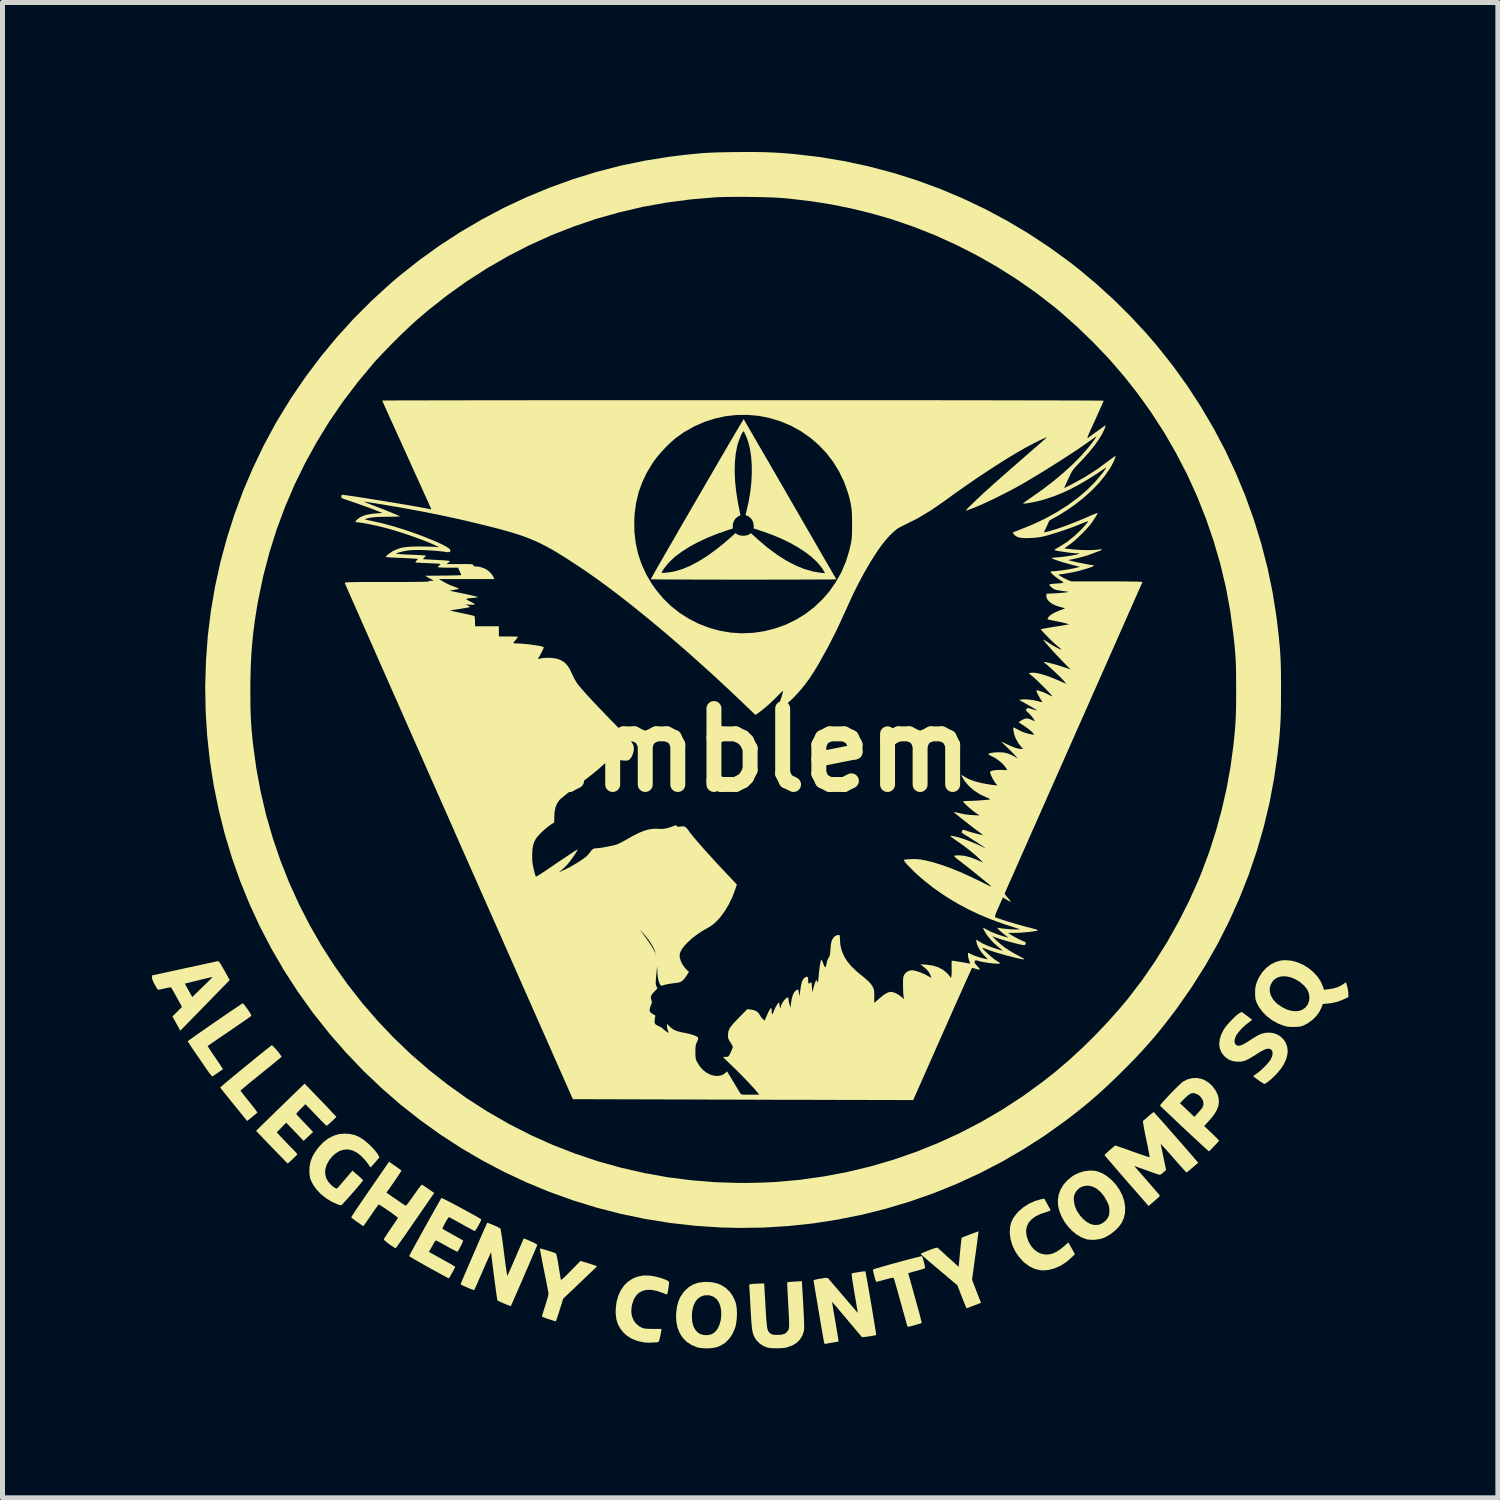
<source format=kicad_pcb>
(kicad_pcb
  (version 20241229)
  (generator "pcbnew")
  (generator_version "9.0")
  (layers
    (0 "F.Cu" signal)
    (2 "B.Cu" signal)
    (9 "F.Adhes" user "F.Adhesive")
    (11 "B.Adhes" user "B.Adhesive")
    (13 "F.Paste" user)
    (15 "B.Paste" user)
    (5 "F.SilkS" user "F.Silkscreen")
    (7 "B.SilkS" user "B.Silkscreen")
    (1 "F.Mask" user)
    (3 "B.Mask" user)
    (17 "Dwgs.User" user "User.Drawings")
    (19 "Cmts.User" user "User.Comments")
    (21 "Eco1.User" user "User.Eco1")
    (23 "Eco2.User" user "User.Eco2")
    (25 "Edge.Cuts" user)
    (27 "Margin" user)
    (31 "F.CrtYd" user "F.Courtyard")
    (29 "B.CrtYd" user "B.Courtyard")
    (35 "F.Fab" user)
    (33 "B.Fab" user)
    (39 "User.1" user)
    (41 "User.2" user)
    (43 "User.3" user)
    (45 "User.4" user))
  (footprint "emblem"
    (layer "F.Cu")
    (at 12.002 12.002)
    (property "Reference" "emblem" (at 0 0 0) (layer "F.SilkS") (effects (font (size 1.524 1.524) (thickness 0.3))))
    (attr board_only exclude_from_pos_files exclude_from_bom)
    (fp_poly (pts (xy 5.964 9.11) (xy 5.99 9.156) (xy 6.011 9.195) (xy 6.025 9.222) (xy 6.029 9.231) (xy 6.02 9.241) (xy 5.992 9.253) (xy 5.951 9.267) (xy 5.944 9.268) (xy 5.824 9.308) (xy 5.724 9.358) (xy 5.645 9.417) (xy 5.587 9.485) (xy 5.551 9.562) (xy 5.537 9.646) (xy 5.546 9.738) (xy 5.551 9.759) (xy 5.586 9.86) (xy 5.636 9.948) (xy 5.698 10.02) (xy 5.77 10.074) (xy 5.85 10.109) (xy 5.936 10.122) (xy 5.942 10.122) (xy 6.016 10.116) (xy 6.088 10.095) (xy 6.162 10.058) (xy 6.241 10.003) (xy 6.316 9.94) (xy 6.384 9.879) (xy 6.407 9.918) (xy 6.425 9.949) (xy 6.449 9.991) (xy 6.474 10.036) (xy 6.517 10.115) (xy 6.448 10.182) (xy 6.343 10.273) (xy 6.231 10.345) (xy 6.115 10.397) (xy 5.998 10.429) (xy 5.883 10.44) (xy 5.816 10.435) (xy 5.708 10.409) (xy 5.605 10.359) (xy 5.506 10.287) (xy 5.481 10.264) (xy 5.391 10.164) (xy 5.316 10.052) (xy 5.261 9.932) (xy 5.225 9.809) (xy 5.21 9.685) (xy 5.21 9.669) (xy 5.217 9.565) (xy 5.24 9.474) (xy 5.28 9.39) (xy 5.34 9.308) (xy 5.389 9.254) (xy 5.486 9.171) (xy 5.597 9.101) (xy 5.715 9.047) (xy 5.834 9.013) (xy 5.854 9.009) (xy 5.903 9.001)) (stroke (width 0) (type solid)) (fill yes) (layer "F.SilkS"))
    (fp_poly (pts (xy -9.586 5.929) (xy -9.562 5.951) (xy -9.532 5.983) (xy -9.498 6.021) (xy -9.465 6.061) (xy -9.435 6.099) (xy -9.414 6.13) (xy -9.403 6.15) (xy -9.403 6.154) (xy -9.413 6.164) (xy -9.44 6.187) (xy -9.482 6.221) (xy -9.537 6.266) (xy -9.603 6.32) (xy -9.678 6.381) (xy -9.76 6.447) (xy -9.817 6.494) (xy -9.903 6.563) (xy -9.982 6.628) (xy -10.054 6.686) (xy -10.115 6.737) (xy -10.165 6.779) (xy -10.201 6.809) (xy -10.222 6.827) (xy -10.226 6.832) (xy -10.219 6.843) (xy -10.199 6.87) (xy -10.168 6.91) (xy -10.128 6.961) (xy -10.081 7.019) (xy -10.053 7.053) (xy -10.004 7.115) (xy -9.961 7.17) (xy -9.926 7.216) (xy -9.902 7.25) (xy -9.889 7.271) (xy -9.888 7.275) (xy -9.901 7.285) (xy -9.927 7.307) (xy -9.964 7.337) (xy -9.995 7.362) (xy -10.092 7.442) (xy -10.361 7.111) (xy -10.423 7.034) (xy -10.48 6.963) (xy -10.531 6.9) (xy -10.574 6.847) (xy -10.606 6.806) (xy -10.626 6.78) (xy -10.633 6.77) (xy -10.625 6.762) (xy -10.599 6.739) (xy -10.56 6.705) (xy -10.508 6.661) (xy -10.445 6.609) (xy -10.374 6.549) (xy -10.296 6.485) (xy -10.214 6.417) (xy -10.129 6.348) (xy -10.044 6.279) (xy -9.961 6.211) (xy -9.882 6.146) (xy -9.808 6.087) (xy -9.743 6.034) (xy -9.687 5.99) (xy -9.643 5.955) (xy -9.613 5.932) (xy -9.599 5.923) (xy -9.598 5.923)) (stroke (width 0) (type solid)) (fill yes) (layer "F.SilkS"))
    (fp_poly (pts (xy -8.713 6.926) (xy -8.647 6.995) (xy -8.581 7.063) (xy -8.519 7.128) (xy -8.463 7.187) (xy -8.419 7.234) (xy -8.394 7.261) (xy -8.301 7.361) (xy -8.395 7.45) (xy -8.434 7.486) (xy -8.467 7.515) (xy -8.49 7.534) (xy -8.498 7.538) (xy -8.508 7.53) (xy -8.533 7.507) (xy -8.57 7.471) (xy -8.616 7.424) (xy -8.669 7.369) (xy -8.715 7.321) (xy -8.923 7.105) (xy -9.017 7.198) (xy -9.054 7.237) (xy -9.084 7.269) (xy -9.103 7.292) (xy -9.108 7.301) (xy -9.099 7.311) (xy -9.076 7.337) (xy -9.042 7.374) (xy -8.998 7.421) (xy -8.948 7.474) (xy -8.937 7.485) (xy -8.77 7.662) (xy -8.959 7.841) (xy -9.309 7.476) (xy -9.404 7.573) (xy -9.499 7.669) (xy -9.378 7.799) (xy -9.326 7.854) (xy -9.271 7.912) (xy -9.219 7.965) (xy -9.176 8.008) (xy -9.172 8.012) (xy -9.136 8.049) (xy -9.107 8.08) (xy -9.09 8.102) (xy -9.087 8.109) (xy -9.095 8.121) (xy -9.117 8.144) (xy -9.147 8.174) (xy -9.182 8.209) (xy -9.218 8.242) (xy -9.249 8.27) (xy -9.272 8.288) (xy -9.281 8.294) (xy -9.29 8.285) (xy -9.314 8.262) (xy -9.35 8.224) (xy -9.398 8.175) (xy -9.455 8.116) (xy -9.52 8.05) (xy -9.59 7.977) (xy -9.6 7.967) (xy -9.914 7.64) (xy -9.762 7.49) (xy -9.717 7.446) (xy -9.658 7.389) (xy -9.588 7.321) (xy -9.511 7.245) (xy -9.428 7.166) (xy -9.345 7.084) (xy -9.275 7.016) (xy -8.94 6.692)) (stroke (width 0) (type solid)) (fill yes) (layer "F.SilkS"))
    (fp_poly (pts (xy 4.582 9.669) (xy 4.578 9.702) (xy 4.571 9.754) (xy 4.562 9.822) (xy 4.552 9.905) (xy 4.539 9.998) (xy 4.525 10.1) (xy 4.519 10.142) (xy 4.453 10.626) (xy 4.52 10.8) (xy 4.545 10.866) (xy 4.569 10.928) (xy 4.59 10.982) (xy 4.606 11.021) (xy 4.61 11.032) (xy 4.632 11.09) (xy 4.492 11.145) (xy 4.438 11.165) (xy 4.392 11.183) (xy 4.359 11.195) (xy 4.344 11.199) (xy 4.344 11.2) (xy 4.337 11.189) (xy 4.324 11.159) (xy 4.305 11.113) (xy 4.282 11.055) (xy 4.255 10.988) (xy 4.248 10.97) (xy 4.16 10.74) (xy 3.791 10.429) (xy 3.71 10.361) (xy 3.636 10.298) (xy 3.569 10.241) (xy 3.513 10.192) (xy 3.468 10.153) (xy 3.437 10.125) (xy 3.422 10.111) (xy 3.421 10.109) (xy 3.432 10.102) (xy 3.461 10.088) (xy 3.505 10.069) (xy 3.559 10.047) (xy 3.585 10.037) (xy 3.649 10.013) (xy 3.694 9.997) (xy 3.725 9.987) (xy 3.745 9.984) (xy 3.759 9.986) (xy 3.77 9.992) (xy 3.774 9.996) (xy 3.79 10.01) (xy 3.821 10.038) (xy 3.863 10.076) (xy 3.914 10.123) (xy 3.971 10.175) (xy 3.992 10.193) (xy 4.185 10.369) (xy 4.212 10.079) (xy 4.22 9.998) (xy 4.227 9.926) (xy 4.234 9.865) (xy 4.239 9.82) (xy 4.242 9.792) (xy 4.243 9.786) (xy 4.255 9.78) (xy 4.285 9.768) (xy 4.327 9.751) (xy 4.377 9.731) (xy 4.431 9.711) (xy 4.483 9.692) (xy 4.528 9.675) (xy 4.562 9.663) (xy 4.581 9.657) (xy 4.583 9.657)) (stroke (width 0) (type solid)) (fill yes) (layer "F.SilkS"))
    (fp_poly (pts (xy -1.971 10.55) (xy -1.901 10.564) (xy -1.83 10.581) (xy -1.763 10.602) (xy -1.704 10.623) (xy -1.659 10.645) (xy -1.632 10.664) (xy -1.628 10.669) (xy -1.627 10.685) (xy -1.629 10.718) (xy -1.634 10.76) (xy -1.641 10.808) (xy -1.649 10.854) (xy -1.657 10.892) (xy -1.664 10.917) (xy -1.668 10.923) (xy -1.683 10.919) (xy -1.713 10.908) (xy -1.752 10.892) (xy -1.753 10.892) (xy -1.873 10.851) (xy -1.981 10.831) (xy -2.078 10.831) (xy -2.162 10.851) (xy -2.234 10.892) (xy -2.293 10.952) (xy -2.339 11.032) (xy -2.37 11.131) (xy -2.377 11.167) (xy -2.385 11.267) (xy -2.371 11.359) (xy -2.339 11.441) (xy -2.288 11.51) (xy -2.22 11.565) (xy -2.182 11.585) (xy -2.154 11.596) (xy -2.128 11.604) (xy -2.096 11.609) (xy -2.056 11.612) (xy -2 11.613) (xy -1.948 11.614) (xy -1.777 11.614) (xy -1.784 11.656) (xy -1.798 11.734) (xy -1.81 11.792) (xy -1.82 11.833) (xy -1.83 11.859) (xy -1.841 11.874) (xy -1.854 11.881) (xy -1.872 11.883) (xy -1.88 11.884) (xy -1.905 11.885) (xy -1.945 11.887) (xy -1.976 11.889) (xy -2.028 11.89) (xy -2.088 11.888) (xy -2.128 11.884) (xy -2.255 11.858) (xy -2.37 11.814) (xy -2.47 11.752) (xy -2.537 11.693) (xy -2.605 11.608) (xy -2.654 11.517) (xy -2.685 11.417) (xy -2.698 11.303) (xy -2.697 11.212) (xy -2.681 11.075) (xy -2.647 10.951) (xy -2.597 10.841) (xy -2.532 10.746) (xy -2.453 10.668) (xy -2.361 10.607) (xy -2.259 10.565) (xy -2.146 10.543) (xy -2.036 10.543)) (stroke (width 0) (type solid)) (fill yes) (layer "F.SilkS"))
    (fp_poly (pts (xy -0.791 10.675) (xy -0.709 10.688) (xy -0.634 10.71) (xy -0.578 10.735) (xy -0.488 10.792) (xy -0.409 10.868) (xy -0.345 10.959) (xy -0.298 11.063) (xy -0.281 11.123) (xy -0.269 11.202) (xy -0.264 11.295) (xy -0.267 11.392) (xy -0.277 11.486) (xy -0.294 11.57) (xy -0.306 11.607) (xy -0.359 11.723) (xy -0.424 11.818) (xy -0.502 11.894) (xy -0.595 11.951) (xy -0.673 11.981) (xy -0.738 11.995) (xy -0.818 12.003) (xy -0.902 12.004) (xy -0.983 11.998) (xy -1.052 11.986) (xy -1.069 11.981) (xy -1.18 11.934) (xy -1.276 11.87) (xy -1.354 11.789) (xy -1.415 11.693) (xy -1.458 11.584) (xy -1.481 11.461) (xy -1.485 11.362) (xy -1.169 11.362) (xy -1.162 11.467) (xy -1.139 11.557) (xy -1.101 11.631) (xy -1.049 11.687) (xy -1.007 11.714) (xy -0.939 11.735) (xy -0.865 11.74) (xy -0.792 11.727) (xy -0.759 11.714) (xy -0.701 11.673) (xy -0.653 11.612) (xy -0.616 11.534) (xy -0.59 11.442) (xy -0.58 11.356) (xy -0.581 11.249) (xy -0.598 11.155) (xy -0.629 11.076) (xy -0.675 11.013) (xy -0.734 10.968) (xy -0.806 10.943) (xy -0.842 10.938) (xy -0.924 10.942) (xy -0.995 10.968) (xy -1.056 11.013) (xy -1.105 11.077) (xy -1.14 11.159) (xy -1.162 11.256) (xy -1.169 11.362) (xy -1.485 11.362) (xy -1.486 11.327) (xy -1.485 11.308) (xy -1.47 11.179) (xy -1.442 11.068) (xy -1.399 10.97) (xy -1.34 10.883) (xy -1.311 10.85) (xy -1.23 10.775) (xy -1.142 10.722) (xy -1.046 10.688) (xy -0.936 10.673) (xy -0.888 10.671)) (stroke (width 0) (type solid)) (fill yes) (layer "F.SilkS"))
    (fp_poly (pts (xy -10.668 4.238) (xy -10.654 4.251) (xy -10.635 4.276) (xy -10.61 4.317) (xy -10.576 4.375) (xy -10.549 4.422) (xy -10.443 4.614) (xy -10.56 4.735) (xy -10.594 4.769) (xy -10.642 4.819) (xy -10.702 4.88) (xy -10.772 4.951) (xy -10.848 5.03) (xy -10.929 5.113) (xy -11.012 5.198) (xy -11.056 5.243) (xy -11.434 5.63) (xy -11.513 5.487) (xy -11.592 5.344) (xy -11.4 5.152) (xy -11.505 4.962) (xy -11.539 4.9) (xy -11.569 4.846) (xy -11.594 4.802) (xy -11.612 4.773) (xy -11.619 4.762) (xy -11.634 4.761) (xy -11.666 4.765) (xy -11.712 4.774) (xy -11.751 4.783) (xy -11.802 4.795) (xy -11.845 4.804) (xy -11.874 4.808) (xy -11.883 4.808) (xy -11.893 4.795) (xy -11.912 4.766) (xy -11.935 4.726) (xy -11.95 4.699) (xy -11.957 4.685) (xy -11.343 4.685) (xy -11.293 4.776) (xy -11.266 4.825) (xy -11.241 4.87) (xy -11.222 4.906) (xy -11.218 4.911) (xy -11.194 4.955) (xy -10.989 4.755) (xy -10.931 4.699) (xy -10.88 4.649) (xy -10.838 4.607) (xy -10.807 4.576) (xy -10.789 4.557) (xy -10.785 4.552) (xy -10.797 4.554) (xy -10.829 4.561) (xy -10.878 4.572) (xy -10.94 4.587) (xy -11.013 4.604) (xy -11.065 4.617) (xy -11.343 4.685) (xy -11.957 4.685) (xy -11.979 4.641) (xy -11.996 4.598) (xy -12.002 4.566) (xy -12.002 4.558) (xy -11.998 4.52) (xy -11.35 4.379) (xy -11.228 4.353) (xy -11.113 4.328) (xy -11.007 4.305) (xy -10.911 4.284) (xy -10.829 4.267) (xy -10.763 4.252) (xy -10.714 4.242) (xy -10.686 4.236) (xy -10.679 4.235)) (stroke (width 0) (type solid)) (fill yes) (layer "F.SilkS"))
    (fp_poly (pts (xy -10.17 5.088) (xy -10.149 5.112) (xy -10.12 5.149) (xy -10.087 5.195) (xy -10.084 5.199) (xy -10.048 5.253) (xy -10.024 5.291) (xy -10.013 5.316) (xy -10.011 5.331) (xy -10.014 5.337) (xy -10.027 5.347) (xy -10.057 5.368) (xy -10.104 5.401) (xy -10.163 5.442) (xy -10.234 5.491) (xy -10.315 5.546) (xy -10.402 5.606) (xy -10.455 5.642) (xy -10.545 5.704) (xy -10.629 5.761) (xy -10.704 5.812) (xy -10.769 5.857) (xy -10.822 5.893) (xy -10.86 5.919) (xy -10.882 5.934) (xy -10.886 5.937) (xy -10.88 5.947) (xy -10.863 5.975) (xy -10.836 6.016) (xy -10.801 6.069) (xy -10.759 6.131) (xy -10.732 6.17) (xy -10.687 6.236) (xy -10.648 6.294) (xy -10.616 6.343) (xy -10.592 6.379) (xy -10.579 6.399) (xy -10.578 6.403) (xy -10.615 6.429) (xy -10.658 6.459) (xy -10.702 6.489) (xy -10.741 6.515) (xy -10.771 6.536) (xy -10.787 6.546) (xy -10.788 6.546) (xy -10.8 6.54) (xy -10.824 6.514) (xy -10.859 6.47) (xy -10.902 6.408) (xy -10.903 6.407) (xy -10.986 6.287) (xy -11.056 6.184) (xy -11.115 6.099) (xy -11.163 6.028) (xy -11.201 5.972) (xy -11.23 5.928) (xy -11.252 5.894) (xy -11.268 5.87) (xy -11.277 5.854) (xy -11.282 5.845) (xy -11.283 5.84) (xy -11.273 5.832) (xy -11.246 5.812) (xy -11.203 5.781) (xy -11.147 5.741) (xy -11.08 5.694) (xy -11.004 5.641) (xy -10.92 5.583) (xy -10.833 5.522) (xy -10.743 5.46) (xy -10.652 5.398) (xy -10.564 5.337) (xy -10.479 5.279) (xy -10.401 5.226) (xy -10.331 5.179) (xy -10.272 5.139) (xy -10.226 5.108) (xy -10.194 5.088) (xy -10.18 5.08) (xy -10.18 5.08)) (stroke (width 0) (type solid)) (fill yes) (layer "F.SilkS"))
    (fp_poly (pts (xy 6.905 8.44) (xy 6.963 8.451) (xy 7.063 8.489) (xy 7.161 8.549) (xy 7.255 8.627) (xy 7.341 8.721) (xy 7.413 8.824) (xy 7.47 8.937) (xy 7.508 9.052) (xy 7.525 9.168) (xy 7.523 9.28) (xy 7.5 9.387) (xy 7.457 9.483) (xy 7.399 9.564) (xy 7.322 9.642) (xy 7.234 9.711) (xy 7.138 9.768) (xy 7.076 9.795) (xy 7.004 9.814) (xy 6.92 9.825) (xy 6.836 9.826) (xy 6.762 9.818) (xy 6.75 9.815) (xy 6.649 9.777) (xy 6.55 9.719) (xy 6.457 9.643) (xy 6.373 9.553) (xy 6.3 9.452) (xy 6.241 9.342) (xy 6.199 9.228) (xy 6.18 9.143) (xy 6.174 9.031) (xy 6.182 8.984) (xy 6.495 8.984) (xy 6.496 9.03) (xy 6.497 9.042) (xy 6.515 9.145) (xy 6.556 9.244) (xy 6.621 9.34) (xy 6.675 9.4) (xy 6.753 9.467) (xy 6.831 9.51) (xy 6.909 9.529) (xy 6.987 9.525) (xy 7.009 9.519) (xy 7.074 9.49) (xy 7.133 9.443) (xy 7.176 9.388) (xy 7.193 9.354) (xy 7.203 9.322) (xy 7.207 9.283) (xy 7.208 9.241) (xy 7.207 9.195) (xy 7.202 9.158) (xy 7.191 9.123) (xy 7.173 9.08) (xy 7.158 9.049) (xy 7.098 8.946) (xy 7.029 8.863) (xy 6.955 8.8) (xy 6.875 8.759) (xy 6.791 8.74) (xy 6.765 8.739) (xy 6.685 8.75) (xy 6.615 8.782) (xy 6.558 8.834) (xy 6.526 8.883) (xy 6.509 8.919) (xy 6.499 8.95) (xy 6.495 8.984) (xy 6.182 8.984) (xy 6.191 8.922) (xy 6.23 8.817) (xy 6.289 8.718) (xy 6.368 8.629) (xy 6.464 8.552) (xy 6.5 8.529) (xy 6.596 8.483) (xy 6.699 8.451) (xy 6.804 8.437)) (stroke (width 0) (type solid)) (fill yes) (layer "F.SilkS"))
    (fp_poly (pts (xy -4.205 10.001) (xy -4.175 10.009) (xy -4.131 10.021) (xy -4.081 10.036) (xy -4.028 10.052) (xy -3.978 10.069) (xy -3.936 10.083) (xy -3.907 10.095) (xy -3.896 10.1) (xy -3.889 10.117) (xy -3.879 10.154) (xy -3.867 10.211) (xy -3.854 10.285) (xy -3.842 10.359) (xy -3.83 10.434) (xy -3.819 10.502) (xy -3.81 10.559) (xy -3.803 10.601) (xy -3.798 10.624) (xy -3.798 10.626) (xy -3.791 10.628) (xy -3.776 10.619) (xy -3.749 10.597) (xy -3.711 10.561) (xy -3.658 10.509) (xy -3.597 10.447) (xy -3.403 10.249) (xy -3.238 10.3) (xy -3.179 10.319) (xy -3.13 10.335) (xy -3.094 10.349) (xy -3.076 10.357) (xy -3.074 10.358) (xy -3.083 10.368) (xy -3.107 10.392) (xy -3.145 10.429) (xy -3.194 10.477) (xy -3.254 10.534) (xy -3.322 10.599) (xy -3.395 10.669) (xy -3.413 10.686) (xy -3.751 11.007) (xy -3.822 11.235) (xy -3.844 11.305) (xy -3.864 11.366) (xy -3.881 11.414) (xy -3.893 11.448) (xy -3.9 11.462) (xy -3.9 11.462) (xy -3.914 11.458) (xy -3.945 11.449) (xy -3.99 11.435) (xy -4.042 11.418) (xy -4.095 11.401) (xy -4.138 11.384) (xy -4.167 11.372) (xy -4.177 11.364) (xy -4.174 11.35) (xy -4.164 11.316) (xy -4.149 11.267) (xy -4.131 11.207) (xy -4.111 11.146) (xy -4.09 11.078) (xy -4.072 11.016) (xy -4.057 10.964) (xy -4.048 10.927) (xy -4.046 10.91) (xy -4.048 10.892) (xy -4.055 10.854) (xy -4.065 10.797) (xy -4.079 10.725) (xy -4.095 10.641) (xy -4.114 10.548) (xy -4.134 10.447) (xy -4.135 10.443) (xy -4.155 10.344) (xy -4.173 10.253) (xy -4.188 10.171) (xy -4.201 10.103) (xy -4.211 10.05) (xy -4.217 10.015) (xy -4.218 10) (xy -4.218 10)) (stroke (width 0) (type solid)) (fill yes) (layer "F.SilkS"))
    (fp_poly (pts (xy 9.06 6.597) (xy 9.115 6.619) (xy 9.2 6.672) (xy 9.274 6.741) (xy 9.336 6.822) (xy 9.38 6.91) (xy 9.4 6.981) (xy 9.407 7.061) (xy 9.395 7.141) (xy 9.364 7.222) (xy 9.314 7.307) (xy 9.243 7.398) (xy 9.217 7.427) (xy 9.111 7.544) (xy 9.162 7.591) (xy 9.21 7.636) (xy 9.259 7.683) (xy 9.306 7.728) (xy 9.347 7.769) (xy 9.381 7.803) (xy 9.403 7.826) (xy 9.411 7.836) (xy 9.403 7.846) (xy 9.383 7.87) (xy 9.353 7.902) (xy 9.318 7.939) (xy 9.283 7.976) (xy 9.25 8.01) (xy 9.224 8.036) (xy 9.209 8.05) (xy 9.207 8.051) (xy 9.197 8.044) (xy 9.172 8.021) (xy 9.132 7.985) (xy 9.079 7.937) (xy 9.016 7.879) (xy 8.943 7.811) (xy 8.862 7.736) (xy 8.774 7.654) (xy 8.715 7.599) (xy 8.624 7.514) (xy 8.539 7.433) (xy 8.461 7.359) (xy 8.391 7.293) (xy 8.331 7.236) (xy 8.283 7.19) (xy 8.249 7.157) (xy 8.229 7.137) (xy 8.225 7.132) (xy 8.232 7.12) (xy 8.253 7.093) (xy 8.261 7.084) (xy 8.625 7.084) (xy 8.913 7.359) (xy 8.983 7.284) (xy 9.018 7.244) (xy 9.05 7.206) (xy 9.072 7.177) (xy 9.076 7.172) (xy 9.095 7.121) (xy 9.095 7.065) (xy 9.076 7.01) (xy 9.042 6.96) (xy 8.994 6.918) (xy 8.935 6.89) (xy 8.933 6.889) (xy 8.893 6.882) (xy 8.855 6.886) (xy 8.816 6.905) (xy 8.772 6.939) (xy 8.717 6.99) (xy 8.714 6.993) (xy 8.625 7.084) (xy 8.261 7.084) (xy 8.286 7.055) (xy 8.328 7.009) (xy 8.377 6.956) (xy 8.43 6.9) (xy 8.484 6.844) (xy 8.537 6.79) (xy 8.587 6.741) (xy 8.63 6.7) (xy 8.663 6.67) (xy 8.685 6.652) (xy 8.774 6.607) (xy 8.869 6.582) (xy 8.966 6.578)) (stroke (width 0) (type solid)) (fill yes) (layer "F.SilkS"))
    (fp_poly (pts (xy 3.456 10.17) (xy 3.467 10.202) (xy 3.48 10.244) (xy 3.492 10.291) (xy 3.503 10.335) (xy 3.51 10.37) (xy 3.513 10.391) (xy 3.512 10.394) (xy 3.499 10.4) (xy 3.467 10.411) (xy 3.42 10.426) (xy 3.363 10.442) (xy 3.339 10.449) (xy 3.172 10.494) (xy 3.199 10.592) (xy 3.209 10.627) (xy 3.224 10.682) (xy 3.244 10.753) (xy 3.267 10.836) (xy 3.292 10.928) (xy 3.32 11.025) (xy 3.337 11.089) (xy 3.363 11.182) (xy 3.387 11.269) (xy 3.407 11.345) (xy 3.423 11.408) (xy 3.435 11.456) (xy 3.442 11.485) (xy 3.442 11.494) (xy 3.429 11.5) (xy 3.398 11.51) (xy 3.355 11.523) (xy 3.307 11.537) (xy 3.258 11.551) (xy 3.216 11.562) (xy 3.185 11.57) (xy 3.173 11.572) (xy 3.158 11.562) (xy 3.152 11.551) (xy 3.148 11.535) (xy 3.137 11.498) (xy 3.122 11.444) (xy 3.103 11.374) (xy 3.08 11.292) (xy 3.054 11.2) (xy 3.027 11.1) (xy 3.019 11.073) (xy 2.991 10.972) (xy 2.965 10.878) (xy 2.941 10.793) (xy 2.92 10.72) (xy 2.903 10.662) (xy 2.891 10.621) (xy 2.884 10.6) (xy 2.884 10.598) (xy 2.878 10.591) (xy 2.867 10.588) (xy 2.847 10.589) (xy 2.814 10.596) (xy 2.764 10.609) (xy 2.707 10.625) (xy 2.647 10.641) (xy 2.595 10.655) (xy 2.556 10.665) (xy 2.535 10.671) (xy 2.532 10.671) (xy 2.525 10.661) (xy 2.515 10.632) (xy 2.503 10.592) (xy 2.49 10.546) (xy 2.479 10.5) (xy 2.47 10.46) (xy 2.466 10.432) (xy 2.466 10.422) (xy 2.48 10.416) (xy 2.514 10.405) (xy 2.565 10.39) (xy 2.63 10.371) (xy 2.707 10.349) (xy 2.791 10.325) (xy 2.882 10.3) (xy 2.974 10.275) (xy 3.066 10.25) (xy 3.154 10.226) (xy 3.236 10.205) (xy 3.309 10.186) (xy 3.369 10.171) (xy 3.415 10.16) (xy 3.442 10.154) (xy 3.448 10.154)) (stroke (width 0) (type solid)) (fill yes) (layer "F.SilkS"))
    (fp_poly (pts (xy -8.03 7.702) (xy -7.934 7.724) (xy -7.843 7.763) (xy -7.753 7.82) (xy -7.66 7.898) (xy -7.616 7.94) (xy -7.569 7.989) (xy -7.526 8.037) (xy -7.492 8.079) (xy -7.469 8.112) (xy -7.467 8.116) (xy -7.438 8.172) (xy -7.514 8.26) (xy -7.549 8.3) (xy -7.579 8.334) (xy -7.599 8.358) (xy -7.605 8.365) (xy -7.616 8.37) (xy -7.629 8.36) (xy -7.648 8.332) (xy -7.65 8.329) (xy -7.69 8.27) (xy -7.744 8.207) (xy -7.804 8.147) (xy -7.863 8.096) (xy -7.89 8.077) (xy -7.977 8.033) (xy -8.065 8.013) (xy -8.152 8.017) (xy -8.238 8.044) (xy -8.32 8.094) (xy -8.385 8.152) (xy -8.45 8.233) (xy -8.496 8.319) (xy -8.523 8.406) (xy -8.528 8.491) (xy -8.512 8.572) (xy -8.502 8.597) (xy -8.469 8.654) (xy -8.423 8.71) (xy -8.372 8.757) (xy -8.337 8.78) (xy -8.308 8.794) (xy -8.291 8.795) (xy -8.278 8.786) (xy -8.265 8.772) (xy -8.24 8.742) (xy -8.205 8.701) (xy -8.162 8.652) (xy -8.121 8.604) (xy -7.98 8.439) (xy -7.873 8.53) (xy -7.831 8.567) (xy -7.797 8.598) (xy -7.774 8.62) (xy -7.766 8.63) (xy -7.774 8.643) (xy -7.795 8.671) (xy -7.828 8.711) (xy -7.869 8.76) (xy -7.916 8.815) (xy -7.966 8.873) (xy -8.018 8.932) (xy -8.068 8.988) (xy -8.114 9.039) (xy -8.154 9.082) (xy -8.185 9.113) (xy -8.204 9.131) (xy -8.209 9.134) (xy -8.233 9.129) (xy -8.266 9.119) (xy -8.271 9.118) (xy -8.394 9.063) (xy -8.509 8.992) (xy -8.612 8.91) (xy -8.7 8.818) (xy -8.769 8.72) (xy -8.788 8.685) (xy -8.813 8.633) (xy -8.828 8.592) (xy -8.837 8.552) (xy -8.842 8.503) (xy -8.844 8.472) (xy -8.841 8.359) (xy -8.82 8.252) (xy -8.779 8.149) (xy -8.717 8.045) (xy -8.665 7.976) (xy -8.57 7.873) (xy -8.468 7.794) (xy -8.36 7.738) (xy -8.246 7.704) (xy -8.134 7.695)) (stroke (width 0) (type solid)) (fill yes) (layer "F.SilkS"))
    (fp_poly (pts (xy 10.861 4.225) (xy 10.979 4.257) (xy 11.094 4.306) (xy 11.201 4.372) (xy 11.298 4.451) (xy 11.382 4.541) (xy 11.448 4.64) (xy 11.495 4.746) (xy 11.499 4.76) (xy 11.514 4.809) (xy 11.595 4.8) (xy 11.704 4.782) (xy 11.796 4.754) (xy 11.877 4.712) (xy 11.917 4.684) (xy 11.943 4.667) (xy 11.957 4.665) (xy 11.961 4.671) (xy 11.989 4.771) (xy 12.003 4.858) (xy 12.004 4.887) (xy 12.004 4.957) (xy 11.917 4.998) (xy 11.795 5.047) (xy 11.669 5.076) (xy 11.586 5.086) (xy 11.492 5.093) (xy 11.472 5.15) (xy 11.426 5.245) (xy 11.361 5.336) (xy 11.28 5.416) (xy 11.188 5.482) (xy 11.14 5.508) (xy 11.096 5.528) (xy 11.061 5.541) (xy 11.027 5.548) (xy 10.984 5.552) (xy 10.925 5.554) (xy 10.923 5.554) (xy 10.848 5.554) (xy 10.789 5.55) (xy 10.738 5.539) (xy 10.723 5.535) (xy 10.597 5.488) (xy 10.479 5.423) (xy 10.372 5.343) (xy 10.281 5.251) (xy 10.208 5.151) (xy 10.183 5.105) (xy 10.161 5.059) (xy 10.147 5.022) (xy 10.139 4.984) (xy 10.135 4.937) (xy 10.133 4.898) (xy 10.134 4.806) (xy 10.138 4.774) (xy 10.427 4.774) (xy 10.428 4.851) (xy 10.451 4.928) (xy 10.494 5.003) (xy 10.557 5.073) (xy 10.586 5.097) (xy 10.679 5.16) (xy 10.773 5.206) (xy 10.865 5.232) (xy 10.953 5.24) (xy 11.033 5.228) (xy 11.079 5.21) (xy 11.143 5.165) (xy 11.189 5.104) (xy 11.216 5.031) (xy 11.223 4.961) (xy 11.211 4.878) (xy 11.176 4.799) (xy 11.117 4.725) (xy 11.036 4.656) (xy 11.013 4.639) (xy 10.92 4.587) (xy 10.827 4.553) (xy 10.739 4.538) (xy 10.656 4.541) (xy 10.581 4.563) (xy 10.518 4.603) (xy 10.491 4.632) (xy 10.448 4.7) (xy 10.427 4.774) (xy 10.138 4.774) (xy 10.145 4.727) (xy 10.169 4.65) (xy 10.208 4.565) (xy 10.21 4.561) (xy 10.276 4.458) (xy 10.355 4.371) (xy 10.447 4.301) (xy 10.546 4.251) (xy 10.652 4.221) (xy 10.742 4.214)) (stroke (width 0) (type solid)) (fill yes) (layer "F.SilkS"))
    (fp_poly (pts (xy 1.066 11.123) (xy 1.073 11.257) (xy 1.078 11.368) (xy 1.082 11.459) (xy 1.084 11.531) (xy 1.084 11.585) (xy 1.083 11.624) (xy 1.08 11.649) (xy 1.08 11.649) (xy 1.05 11.745) (xy 1 11.827) (xy 0.931 11.895) (xy 0.843 11.948) (xy 0.737 11.985) (xy 0.736 11.986) (xy 0.689 11.994) (xy 0.625 12) (xy 0.554 12.002) (xy 0.481 12.002) (xy 0.416 11.999) (xy 0.365 11.992) (xy 0.357 11.991) (xy 0.271 11.959) (xy 0.194 11.909) (xy 0.129 11.844) (xy 0.082 11.769) (xy 0.08 11.766) (xy 0.068 11.737) (xy 0.057 11.705) (xy 0.048 11.669) (xy 0.041 11.626) (xy 0.034 11.574) (xy 0.028 11.509) (xy 0.022 11.429) (xy 0.016 11.331) (xy 0.009 11.213) (xy 0.006 11.158) (xy 0.001 11.064) (xy -0.003 10.977) (xy -0.008 10.9) (xy -0.012 10.835) (xy -0.015 10.787) (xy -0.017 10.759) (xy -0.018 10.753) (xy -0.019 10.732) (xy -0.008 10.721) (xy 0.02 10.715) (xy 0.022 10.715) (xy 0.054 10.711) (xy 0.102 10.708) (xy 0.157 10.705) (xy 0.174 10.705) (xy 0.282 10.701) (xy 0.308 11.148) (xy 0.315 11.271) (xy 0.321 11.374) (xy 0.327 11.457) (xy 0.334 11.523) (xy 0.34 11.574) (xy 0.348 11.614) (xy 0.357 11.644) (xy 0.368 11.666) (xy 0.382 11.683) (xy 0.398 11.698) (xy 0.412 11.709) (xy 0.434 11.722) (xy 0.46 11.729) (xy 0.498 11.733) (xy 0.55 11.734) (xy 0.624 11.73) (xy 0.68 11.717) (xy 0.722 11.693) (xy 0.754 11.656) (xy 0.761 11.645) (xy 0.768 11.631) (xy 0.774 11.615) (xy 0.778 11.595) (xy 0.781 11.569) (xy 0.783 11.534) (xy 0.782 11.488) (xy 0.781 11.428) (xy 0.777 11.354) (xy 0.773 11.261) (xy 0.766 11.148) (xy 0.762 11.065) (xy 0.757 10.972) (xy 0.752 10.886) (xy 0.749 10.812) (xy 0.746 10.751) (xy 0.745 10.707) (xy 0.745 10.682) (xy 0.746 10.678) (xy 0.759 10.675) (xy 0.792 10.672) (xy 0.839 10.668) (xy 0.895 10.664) (xy 0.895 10.664) (xy 1.039 10.656)) (stroke (width 0) (type solid)) (fill yes) (layer "F.SilkS"))
    (fp_poly (pts (xy 9.968 5.329) (xy 10.01 5.361) (xy 10.044 5.387) (xy 10.065 5.406) (xy 10.071 5.412) (xy 10.062 5.422) (xy 10.038 5.441) (xy 10.01 5.461) (xy 9.954 5.504) (xy 9.895 5.557) (xy 9.839 5.614) (xy 9.791 5.671) (xy 9.757 5.72) (xy 9.754 5.725) (xy 9.727 5.789) (xy 9.719 5.844) (xy 9.73 5.889) (xy 9.743 5.908) (xy 9.767 5.925) (xy 9.795 5.933) (xy 9.828 5.929) (xy 9.872 5.914) (xy 9.926 5.886) (xy 9.995 5.844) (xy 10.05 5.808) (xy 10.131 5.757) (xy 10.197 5.72) (xy 10.256 5.694) (xy 10.31 5.678) (xy 10.366 5.67) (xy 10.379 5.669) (xy 10.473 5.673) (xy 10.559 5.698) (xy 10.634 5.74) (xy 10.697 5.797) (xy 10.745 5.867) (xy 10.776 5.948) (xy 10.787 6.035) (xy 10.781 6.106) (xy 10.755 6.204) (xy 10.712 6.298) (xy 10.651 6.393) (xy 10.569 6.491) (xy 10.551 6.511) (xy 10.508 6.554) (xy 10.462 6.597) (xy 10.415 6.636) (xy 10.373 6.668) (xy 10.339 6.69) (xy 10.319 6.698) (xy 10.318 6.698) (xy 10.303 6.691) (xy 10.274 6.673) (xy 10.234 6.647) (xy 10.2 6.623) (xy 10.157 6.592) (xy 10.123 6.566) (xy 10.101 6.548) (xy 10.095 6.542) (xy 10.105 6.533) (xy 10.128 6.516) (xy 10.15 6.501) (xy 10.199 6.466) (xy 10.254 6.419) (xy 10.312 6.364) (xy 10.366 6.308) (xy 10.411 6.256) (xy 10.442 6.213) (xy 10.473 6.149) (xy 10.485 6.091) (xy 10.478 6.042) (xy 10.461 6.014) (xy 10.427 5.993) (xy 10.381 5.991) (xy 10.323 6.009) (xy 10.251 6.046) (xy 10.224 6.062) (xy 10.135 6.119) (xy 10.061 6.164) (xy 10.001 6.198) (xy 9.95 6.223) (xy 9.907 6.239) (xy 9.866 6.248) (xy 9.826 6.252) (xy 9.782 6.252) (xy 9.771 6.252) (xy 9.682 6.24) (xy 9.606 6.21) (xy 9.537 6.161) (xy 9.52 6.146) (xy 9.462 6.074) (xy 9.427 5.994) (xy 9.413 5.906) (xy 9.422 5.811) (xy 9.452 5.71) (xy 9.504 5.606) (xy 9.532 5.564) (xy 9.573 5.513) (xy 9.621 5.458) (xy 9.674 5.403) (xy 9.725 5.353) (xy 9.772 5.311) (xy 9.811 5.282) (xy 9.82 5.277) (xy 9.864 5.254)) (stroke (width 0) (type solid)) (fill yes) (layer "F.SilkS"))
    (fp_poly (pts (xy -7.122 8.345) (xy -7.075 8.377) (xy -7.036 8.406) (xy -7.009 8.427) (xy -6.998 8.439) (xy -6.998 8.439) (xy -7.005 8.453) (xy -7.024 8.483) (xy -7.054 8.528) (xy -7.092 8.585) (xy -7.138 8.653) (xy -7.19 8.727) (xy -7.246 8.807) (xy -7.298 8.88) (xy -7.113 9.007) (xy -7.054 9.048) (xy -7.001 9.084) (xy -6.958 9.113) (xy -6.927 9.132) (xy -6.913 9.141) (xy -6.9 9.133) (xy -6.874 9.105) (xy -6.837 9.056) (xy -6.788 8.988) (xy -6.748 8.93) (xy -6.704 8.867) (xy -6.664 8.812) (xy -6.63 8.767) (xy -6.604 8.735) (xy -6.588 8.72) (xy -6.585 8.719) (xy -6.571 8.727) (xy -6.541 8.747) (xy -6.5 8.774) (xy -6.455 8.805) (xy -6.339 8.886) (xy -6.427 9.013) (xy -6.453 9.051) (xy -6.491 9.106) (xy -6.539 9.175) (xy -6.594 9.255) (xy -6.654 9.343) (xy -6.719 9.436) (xy -6.785 9.531) (xy -6.809 9.566) (xy -6.871 9.656) (xy -6.929 9.74) (xy -6.982 9.815) (xy -7.028 9.879) (xy -7.065 9.932) (xy -7.093 9.969) (xy -7.109 9.99) (xy -7.113 9.994) (xy -7.127 9.989) (xy -7.155 9.972) (xy -7.195 9.946) (xy -7.238 9.916) (xy -7.283 9.882) (xy -7.319 9.852) (xy -7.343 9.83) (xy -7.351 9.818) (xy -7.344 9.803) (xy -7.325 9.772) (xy -7.297 9.728) (xy -7.261 9.674) (xy -7.22 9.613) (xy -7.209 9.598) (xy -7.167 9.537) (xy -7.129 9.482) (xy -7.099 9.436) (xy -7.078 9.404) (xy -7.067 9.387) (xy -7.067 9.386) (xy -7.075 9.376) (xy -7.1 9.356) (xy -7.138 9.328) (xy -7.184 9.294) (xy -7.236 9.257) (xy -7.29 9.22) (xy -7.342 9.185) (xy -7.388 9.155) (xy -7.424 9.132) (xy -7.448 9.119) (xy -7.454 9.117) (xy -7.464 9.128) (xy -7.484 9.156) (xy -7.514 9.197) (xy -7.55 9.249) (xy -7.591 9.308) (xy -7.593 9.312) (xy -7.635 9.373) (xy -7.673 9.428) (xy -7.706 9.475) (xy -7.73 9.509) (xy -7.743 9.527) (xy -7.743 9.527) (xy -7.762 9.553) (xy -7.881 9.47) (xy -7.928 9.437) (xy -7.966 9.409) (xy -7.993 9.387) (xy -8.004 9.376) (xy -8.004 9.376) (xy -7.998 9.364) (xy -7.98 9.334) (xy -7.95 9.288) (xy -7.911 9.228) (xy -7.862 9.156) (xy -7.806 9.073) (xy -7.743 8.981) (xy -7.675 8.882) (xy -7.627 8.812) (xy -7.246 8.26)) (stroke (width 0) (type solid)) (fill yes) (layer "F.SilkS"))
    (fp_poly (pts (xy 8.107 7.272) (xy 8.131 7.297) (xy 8.166 7.337) (xy 8.213 7.388) (xy 8.268 7.45) (xy 8.33 7.521) (xy 8.398 7.598) (xy 8.47 7.68) (xy 8.545 7.765) (xy 8.619 7.85) (xy 8.693 7.934) (xy 8.764 8.016) (xy 8.83 8.092) (xy 8.89 8.161) (xy 8.941 8.222) (xy 8.946 8.227) (xy 8.991 8.279) (xy 8.878 8.377) (xy 8.834 8.414) (xy 8.797 8.445) (xy 8.769 8.466) (xy 8.755 8.474) (xy 8.755 8.474) (xy 8.745 8.465) (xy 8.721 8.44) (xy 8.686 8.401) (xy 8.64 8.35) (xy 8.587 8.29) (xy 8.527 8.222) (xy 8.488 8.177) (xy 8.427 8.107) (xy 8.371 8.045) (xy 8.323 7.991) (xy 8.284 7.949) (xy 8.256 7.92) (xy 8.241 7.905) (xy 8.238 7.905) (xy 8.242 7.924) (xy 8.251 7.962) (xy 8.262 8.015) (xy 8.276 8.081) (xy 8.291 8.155) (xy 8.295 8.176) (xy 8.346 8.423) (xy 8.293 8.473) (xy 8.262 8.499) (xy 8.237 8.517) (xy 8.225 8.522) (xy 8.207 8.519) (xy 8.172 8.509) (xy 8.128 8.494) (xy 8.111 8.488) (xy 8.06 8.47) (xy 7.995 8.447) (xy 7.924 8.421) (xy 7.86 8.398) (xy 7.707 8.344) (xy 7.95 8.622) (xy 8.011 8.693) (xy 8.067 8.758) (xy 8.118 8.816) (xy 8.159 8.864) (xy 8.19 8.899) (xy 8.207 8.92) (xy 8.21 8.924) (xy 8.219 8.939) (xy 8.216 8.952) (xy 8.198 8.972) (xy 8.185 8.983) (xy 8.154 9.01) (xy 8.114 9.045) (xy 8.072 9.082) (xy 8.069 9.084) (xy 7.996 9.148) (xy 7.554 8.642) (xy 7.472 8.548) (xy 7.395 8.459) (xy 7.324 8.377) (xy 7.262 8.304) (xy 7.208 8.242) (xy 7.165 8.191) (xy 7.134 8.154) (xy 7.116 8.132) (xy 7.112 8.126) (xy 7.121 8.115) (xy 7.143 8.092) (xy 7.176 8.062) (xy 7.214 8.028) (xy 7.252 7.995) (xy 7.287 7.965) (xy 7.315 7.944) (xy 7.329 7.935) (xy 7.33 7.935) (xy 7.344 7.938) (xy 7.377 7.949) (xy 7.427 7.967) (xy 7.491 7.989) (xy 7.566 8.015) (xy 7.649 8.045) (xy 7.675 8.055) (xy 7.76 8.085) (xy 7.837 8.112) (xy 7.904 8.134) (xy 7.958 8.152) (xy 7.996 8.164) (xy 8.015 8.169) (xy 8.016 8.169) (xy 8.016 8.156) (xy 8.01 8.123) (xy 8.001 8.072) (xy 7.988 8.006) (xy 7.973 7.928) (xy 7.955 7.842) (xy 7.947 7.807) (xy 7.929 7.718) (xy 7.913 7.637) (xy 7.9 7.566) (xy 7.89 7.508) (xy 7.884 7.467) (xy 7.882 7.446) (xy 7.882 7.443) (xy 7.895 7.432) (xy 7.922 7.409) (xy 7.958 7.377) (xy 7.99 7.349) (xy 8.031 7.314) (xy 8.065 7.286) (xy 8.089 7.268) (xy 8.098 7.263)) (stroke (width 0) (type solid)) (fill yes) (layer "F.SilkS"))
    (fp_poly (pts (xy -5.263 9.487) (xy -5.234 9.497) (xy -5.194 9.513) (xy -5.148 9.532) (xy -5.101 9.552) (xy -5.06 9.572) (xy -5.028 9.588) (xy -5.012 9.598) (xy -5.008 9.613) (xy -5.001 9.649) (xy -4.992 9.703) (xy -4.981 9.773) (xy -4.969 9.857) (xy -4.956 9.951) (xy -4.943 10.053) (xy -4.939 10.082) (xy -4.926 10.185) (xy -4.914 10.28) (xy -4.902 10.365) (xy -4.892 10.437) (xy -4.884 10.493) (xy -4.878 10.532) (xy -4.874 10.55) (xy -4.874 10.551) (xy -4.868 10.54) (xy -4.853 10.51) (xy -4.832 10.463) (xy -4.804 10.401) (xy -4.772 10.327) (xy -4.736 10.244) (xy -4.706 10.176) (xy -4.668 10.087) (xy -4.633 10.006) (xy -4.602 9.935) (xy -4.577 9.876) (xy -4.558 9.832) (xy -4.546 9.805) (xy -4.543 9.798) (xy -4.532 9.802) (xy -4.504 9.813) (xy -4.461 9.83) (xy -4.41 9.852) (xy -4.404 9.855) (xy -4.344 9.882) (xy -4.301 9.905) (xy -4.276 9.922) (xy -4.271 9.93) (xy -4.277 9.944) (xy -4.291 9.978) (xy -4.312 10.028) (xy -4.34 10.093) (xy -4.373 10.171) (xy -4.41 10.257) (xy -4.45 10.351) (xy -4.493 10.449) (xy -4.536 10.55) (xy -4.58 10.651) (xy -4.622 10.748) (xy -4.663 10.841) (xy -4.7 10.926) (xy -4.733 11.001) (xy -4.76 11.064) (xy -4.782 11.112) (xy -4.795 11.142) (xy -4.801 11.153) (xy -4.814 11.152) (xy -4.844 11.142) (xy -4.887 11.126) (xy -4.936 11.105) (xy -4.987 11.083) (xy -5.03 11.063) (xy -5.06 11.049) (xy -5.072 11.042) (xy -5.074 11.029) (xy -5.079 10.996) (xy -5.087 10.945) (xy -5.096 10.879) (xy -5.106 10.802) (xy -5.118 10.717) (xy -5.13 10.626) (xy -5.142 10.533) (xy -5.154 10.441) (xy -5.165 10.352) (xy -5.175 10.271) (xy -5.184 10.2) (xy -5.191 10.142) (xy -5.196 10.1) (xy -5.198 10.078) (xy -5.198 10.077) (xy -5.202 10.085) (xy -5.216 10.112) (xy -5.236 10.157) (xy -5.263 10.216) (xy -5.295 10.288) (xy -5.331 10.37) (xy -5.364 10.446) (xy -5.403 10.536) (xy -5.439 10.618) (xy -5.471 10.691) (xy -5.498 10.751) (xy -5.519 10.797) (xy -5.532 10.826) (xy -5.536 10.834) (xy -5.55 10.832) (xy -5.579 10.823) (xy -5.62 10.807) (xy -5.666 10.788) (xy -5.714 10.767) (xy -5.757 10.748) (xy -5.79 10.731) (xy -5.808 10.72) (xy -5.81 10.717) (xy -5.805 10.705) (xy -5.792 10.673) (xy -5.771 10.623) (xy -5.744 10.56) (xy -5.712 10.484) (xy -5.675 10.398) (xy -5.634 10.304) (xy -5.592 10.206) (xy -5.548 10.105) (xy -5.504 10.004) (xy -5.462 9.906) (xy -5.421 9.812) (xy -5.383 9.725) (xy -5.349 9.648) (xy -5.32 9.583) (xy -5.298 9.533) (xy -5.283 9.5) (xy -5.276 9.485) (xy -5.276 9.485)) (stroke (width 0) (type solid)) (fill yes) (layer "F.SilkS"))
    (fp_poly (pts (xy -6.182 8.99) (xy -6.152 9.004) (xy -6.107 9.026) (xy -6.049 9.056) (xy -5.981 9.091) (xy -5.906 9.131) (xy -5.828 9.173) (xy -5.748 9.216) (xy -5.669 9.259) (xy -5.595 9.3) (xy -5.527 9.337) (xy -5.47 9.37) (xy -5.425 9.396) (xy -5.403 9.41) (xy -5.398 9.419) (xy -5.401 9.436) (xy -5.413 9.466) (xy -5.437 9.511) (xy -5.45 9.536) (xy -5.477 9.582) (xy -5.5 9.62) (xy -5.516 9.644) (xy -5.524 9.651) (xy -5.536 9.645) (xy -5.567 9.63) (xy -5.613 9.605) (xy -5.67 9.574) (xy -5.736 9.538) (xy -5.783 9.512) (xy -5.853 9.473) (xy -5.917 9.438) (xy -5.971 9.409) (xy -6.012 9.387) (xy -6.037 9.374) (xy -6.043 9.371) (xy -6.053 9.38) (xy -6.071 9.405) (xy -6.094 9.441) (xy -6.118 9.483) (xy -6.14 9.526) (xy -6.159 9.564) (xy -6.171 9.592) (xy -6.172 9.605) (xy -6.16 9.613) (xy -6.129 9.631) (xy -6.085 9.656) (xy -6.03 9.687) (xy -5.967 9.722) (xy -5.966 9.723) (xy -5.903 9.758) (xy -5.848 9.789) (xy -5.803 9.815) (xy -5.772 9.833) (xy -5.759 9.842) (xy -5.759 9.842) (xy -5.761 9.854) (xy -5.773 9.882) (xy -5.79 9.92) (xy -5.812 9.962) (xy -5.834 10.004) (xy -5.854 10.039) (xy -5.869 10.062) (xy -5.873 10.066) (xy -5.884 10.062) (xy -5.914 10.048) (xy -5.957 10.026) (xy -6.011 9.997) (xy -6.069 9.965) (xy -6.132 9.93) (xy -6.189 9.898) (xy -6.237 9.872) (xy -6.271 9.854) (xy -6.286 9.845) (xy -6.3 9.84) (xy -6.312 9.843) (xy -6.326 9.859) (xy -6.345 9.892) (xy -6.357 9.912) (xy -6.382 9.957) (xy -6.406 9.999) (xy -6.423 10.03) (xy -6.424 10.031) (xy -6.446 10.068) (xy -6.182 10.215) (xy -6.11 10.255) (xy -6.045 10.291) (xy -5.991 10.322) (xy -5.95 10.347) (xy -5.925 10.362) (xy -5.918 10.368) (xy -5.923 10.382) (xy -5.938 10.411) (xy -5.958 10.45) (xy -5.982 10.492) (xy -6.005 10.534) (xy -6.026 10.569) (xy -6.042 10.592) (xy -6.048 10.599) (xy -6.06 10.594) (xy -6.09 10.578) (xy -6.137 10.552) (xy -6.198 10.519) (xy -6.27 10.48) (xy -6.352 10.435) (xy -6.44 10.386) (xy -6.449 10.381) (xy -6.538 10.332) (xy -6.619 10.285) (xy -6.692 10.244) (xy -6.752 10.209) (xy -6.799 10.181) (xy -6.83 10.162) (xy -6.842 10.153) (xy -6.842 10.153) (xy -6.836 10.141) (xy -6.82 10.11) (xy -6.795 10.063) (xy -6.762 10.002) (xy -6.722 9.929) (xy -6.677 9.848) (xy -6.628 9.759) (xy -6.576 9.665) (xy -6.523 9.569) (xy -6.47 9.474) (xy -6.418 9.38) (xy -6.368 9.291) (xy -6.322 9.209) (xy -6.281 9.137) (xy -6.246 9.076) (xy -6.22 9.029) (xy -6.202 8.998) (xy -6.194 8.986)) (stroke (width 0) (type solid)) (fill yes) (layer "F.SilkS"))
    (fp_poly (pts (xy 2.313 10.459) (xy 2.316 10.472) (xy 2.323 10.506) (xy 2.332 10.558) (xy 2.344 10.625) (xy 2.359 10.706) (xy 2.375 10.797) (xy 2.392 10.896) (xy 2.41 11) (xy 2.428 11.106) (xy 2.446 11.212) (xy 2.463 11.315) (xy 2.479 11.413) (xy 2.494 11.503) (xy 2.507 11.581) (xy 2.517 11.647) (xy 2.524 11.696) (xy 2.528 11.726) (xy 2.529 11.735) (xy 2.514 11.741) (xy 2.482 11.748) (xy 2.438 11.756) (xy 2.388 11.764) (xy 2.338 11.771) (xy 2.294 11.776) (xy 2.26 11.779) (xy 2.244 11.779) (xy 2.244 11.778) (xy 2.234 11.767) (xy 2.211 11.74) (xy 2.177 11.7) (xy 2.134 11.649) (xy 2.085 11.59) (xy 2.039 11.536) (xy 1.978 11.464) (xy 1.917 11.39) (xy 1.857 11.32) (xy 1.804 11.257) (xy 1.761 11.205) (xy 1.743 11.184) (xy 1.706 11.141) (xy 1.676 11.107) (xy 1.654 11.084) (xy 1.645 11.075) (xy 1.645 11.076) (xy 1.646 11.089) (xy 1.652 11.123) (xy 1.661 11.176) (xy 1.672 11.243) (xy 1.685 11.323) (xy 1.701 11.412) (xy 1.711 11.473) (xy 1.727 11.567) (xy 1.741 11.652) (xy 1.754 11.727) (xy 1.763 11.789) (xy 1.77 11.834) (xy 1.774 11.86) (xy 1.774 11.866) (xy 1.762 11.869) (xy 1.73 11.875) (xy 1.686 11.883) (xy 1.651 11.889) (xy 1.598 11.898) (xy 1.552 11.906) (xy 1.521 11.912) (xy 1.511 11.915) (xy 1.494 11.912) (xy 1.484 11.889) (xy 1.484 11.887) (xy 1.48 11.866) (xy 1.473 11.825) (xy 1.462 11.767) (xy 1.45 11.694) (xy 1.435 11.609) (xy 1.419 11.514) (xy 1.402 11.414) (xy 1.384 11.309) (xy 1.366 11.203) (xy 1.349 11.099) (xy 1.332 10.999) (xy 1.316 10.906) (xy 1.302 10.823) (xy 1.291 10.752) (xy 1.281 10.696) (xy 1.275 10.658) (xy 1.272 10.64) (xy 1.272 10.639) (xy 1.284 10.633) (xy 1.314 10.624) (xy 1.358 10.614) (xy 1.411 10.605) (xy 1.47 10.596) (xy 1.51 10.59) (xy 1.536 10.589) (xy 1.552 10.591) (xy 1.563 10.597) (xy 1.571 10.606) (xy 1.584 10.62) (xy 1.61 10.651) (xy 1.648 10.695) (xy 1.696 10.751) (xy 1.752 10.816) (xy 1.814 10.889) (xy 1.877 10.963) (xy 1.942 11.039) (xy 2.001 11.108) (xy 2.054 11.17) (xy 2.098 11.22) (xy 2.131 11.259) (xy 2.153 11.284) (xy 2.161 11.292) (xy 2.161 11.292) (xy 2.159 11.279) (xy 2.153 11.246) (xy 2.145 11.194) (xy 2.133 11.128) (xy 2.12 11.049) (xy 2.105 10.96) (xy 2.094 10.899) (xy 2.079 10.805) (xy 2.065 10.72) (xy 2.053 10.644) (xy 2.045 10.582) (xy 2.039 10.536) (xy 2.037 10.509) (xy 2.037 10.503) (xy 2.053 10.498) (xy 2.085 10.49) (xy 2.129 10.482) (xy 2.178 10.474) (xy 2.227 10.466) (xy 2.27 10.461) (xy 2.3 10.458)) (stroke (width 0) (type solid)) (fill yes) (layer "F.SilkS"))
    (fp_poly (pts (xy -0.123 -6.63) (xy -0.105 -6.599) (xy -0.076 -6.549) (xy -0.037 -6.483) (xy 0.011 -6.4) (xy 0.068 -6.301) (xy 0.133 -6.189) (xy 0.205 -6.065) (xy 0.284 -5.928) (xy 0.37 -5.781) (xy 0.46 -5.625) (xy 0.555 -5.46) (xy 0.655 -5.288) (xy 0.757 -5.11) (xy 0.786 -5.06) (xy 0.89 -4.88) (xy 0.991 -4.706) (xy 1.087 -4.538) (xy 1.18 -4.379) (xy 1.267 -4.228) (xy 1.348 -4.087) (xy 1.423 -3.957) (xy 1.491 -3.84) (xy 1.551 -3.736) (xy 1.603 -3.648) (xy 1.645 -3.574) (xy 1.677 -3.518) (xy 1.7 -3.481) (xy 1.71 -3.462) (xy 1.711 -3.461) (xy 1.724 -3.438) (xy 1.729 -3.428) (xy 1.717 -3.427) (xy 1.682 -3.426) (xy 1.626 -3.425) (xy 1.55 -3.425) (xy 1.455 -3.424) (xy 1.343 -3.424) (xy 1.214 -3.423) (xy 1.07 -3.423) (xy 0.913 -3.422) (xy 0.743 -3.422) (xy 0.562 -3.422) (xy 0.372 -3.421) (xy 0.173 -3.421) (xy -0.034 -3.421) (xy -0.132 -3.421) (xy -0.341 -3.421) (xy -0.544 -3.421) (xy -0.739 -3.422) (xy -0.925 -3.422) (xy -1.1 -3.422) (xy -1.263 -3.423) (xy -1.413 -3.423) (xy -1.549 -3.424) (xy -1.669 -3.425) (xy -1.772 -3.425) (xy -1.857 -3.426) (xy -1.923 -3.427) (xy -1.968 -3.428) (xy -1.99 -3.429) (xy -1.993 -3.429) (xy -1.987 -3.441) (xy -1.97 -3.473) (xy -1.942 -3.522) (xy -1.919 -3.562) (xy -1.777 -3.562) (xy -1.766 -3.557) (xy -1.736 -3.557) (xy -1.692 -3.56) (xy -1.638 -3.566) (xy -1.579 -3.575) (xy -1.52 -3.586) (xy -1.504 -3.59) (xy -1.359 -3.633) (xy -1.204 -3.698) (xy -1.042 -3.783) (xy -0.872 -3.889) (xy -0.697 -4.014) (xy -0.516 -4.159) (xy -0.402 -4.258) (xy -0.294 -4.355) (xy -0.258 -4.329) (xy -0.217 -4.311) (xy -0.163 -4.302) (xy -0.105 -4.303) (xy -0.053 -4.313) (xy -0.019 -4.329) (xy 0.016 -4.354) (xy 0.155 -4.228) (xy 0.345 -4.066) (xy 0.533 -3.926) (xy 0.718 -3.807) (xy 0.901 -3.711) (xy 1.08 -3.637) (xy 1.255 -3.586) (xy 1.421 -3.558) (xy 1.503 -3.55) (xy 1.488 -3.579) (xy 1.424 -3.679) (xy 1.338 -3.779) (xy 1.231 -3.878) (xy 1.105 -3.975) (xy 0.961 -4.069) (xy 0.801 -4.159) (xy 0.626 -4.244) (xy 0.438 -4.322) (xy 0.238 -4.394) (xy 0.207 -4.404) (xy 0.072 -4.447) (xy 0.072 -4.506) (xy 0.061 -4.575) (xy 0.03 -4.634) (xy -0.018 -4.68) (xy -0.041 -4.693) (xy -0.093 -4.718) (xy -0.071 -4.805) (xy -0.028 -4.993) (xy 0.004 -5.184) (xy 0.025 -5.375) (xy 0.034 -5.562) (xy 0.032 -5.741) (xy 0.018 -5.91) (xy -0.007 -6.064) (xy -0.038 -6.182) (xy -0.058 -6.241) (xy -0.079 -6.296) (xy -0.1 -6.343) (xy -0.118 -6.378) (xy -0.131 -6.396) (xy -0.134 -6.398) (xy -0.146 -6.387) (xy -0.163 -6.358) (xy -0.184 -6.315) (xy -0.205 -6.263) (xy -0.227 -6.206) (xy -0.246 -6.148) (xy -0.259 -6.103) (xy -0.289 -5.948) (xy -0.306 -5.775) (xy -0.31 -5.586) (xy -0.301 -5.386) (xy -0.278 -5.175) (xy -0.243 -4.956) (xy -0.223 -4.856) (xy -0.212 -4.801) (xy -0.203 -4.756) (xy -0.197 -4.725) (xy -0.195 -4.712) (xy -0.195 -4.712) (xy -0.207 -4.707) (xy -0.232 -4.693) (xy -0.246 -4.686) (xy -0.294 -4.647) (xy -0.329 -4.592) (xy -0.347 -4.528) (xy -0.348 -4.502) (xy -0.348 -4.446) (xy -0.435 -4.419) (xy -0.651 -4.344) (xy -0.854 -4.263) (xy -1.042 -4.175) (xy -1.215 -4.082) (xy -1.369 -3.984) (xy -1.503 -3.884) (xy -1.615 -3.781) (xy -1.616 -3.779) (xy -1.649 -3.743) (xy -1.684 -3.7) (xy -1.718 -3.656) (xy -1.747 -3.616) (xy -1.768 -3.583) (xy -1.776 -3.563) (xy -1.777 -3.562) (xy -1.919 -3.562) (xy -1.905 -3.588) (xy -1.859 -3.669) (xy -1.804 -3.764) (xy -1.743 -3.871) (xy -1.675 -3.989) (xy -1.601 -4.117) (xy -1.522 -4.253) (xy -1.44 -4.397) (xy -1.354 -4.546) (xy -1.265 -4.699) (xy -1.174 -4.855) (xy -1.083 -5.013) (xy -0.991 -5.171) (xy -0.9 -5.328) (xy -0.811 -5.482) (xy -0.723 -5.632) (xy -0.639 -5.777) (xy -0.558 -5.916) (xy -0.482 -6.046) (xy -0.411 -6.168) (xy -0.346 -6.278) (xy -0.289 -6.376) (xy -0.238 -6.461) (xy -0.197 -6.531) (xy -0.165 -6.585) (xy -0.143 -6.622) (xy -0.131 -6.639) (xy -0.13 -6.641)) (stroke (width 0) (type solid)) (fill yes) (layer "F.SilkS"))
    (fp_poly (pts (xy 0.212 -12) (xy 0.354 -11.996) (xy 0.491 -11.99) (xy 0.628 -11.982) (xy 0.769 -11.971) (xy 0.882 -11.961) (xy 1.382 -11.903) (xy 1.877 -11.821) (xy 2.368 -11.716) (xy 2.852 -11.589) (xy 3.33 -11.439) (xy 3.8 -11.267) (xy 4.262 -11.073) (xy 4.715 -10.858) (xy 5.158 -10.621) (xy 5.59 -10.364) (xy 6.011 -10.086) (xy 6.419 -9.789) (xy 6.602 -9.645) (xy 6.952 -9.352) (xy 7.295 -9.04) (xy 7.625 -8.713) (xy 7.938 -8.376) (xy 8.169 -8.109) (xy 8.483 -7.713) (xy 8.777 -7.304) (xy 9.051 -6.882) (xy 9.305 -6.449) (xy 9.539 -6.005) (xy 9.751 -5.551) (xy 9.942 -5.088) (xy 10.111 -4.616) (xy 10.258 -4.137) (xy 10.383 -3.652) (xy 10.485 -3.161) (xy 10.563 -2.665) (xy 10.604 -2.317) (xy 10.616 -2.198) (xy 10.626 -2.092) (xy 10.634 -1.994) (xy 10.64 -1.9) (xy 10.645 -1.805) (xy 10.648 -1.707) (xy 10.651 -1.601) (xy 10.652 -1.483) (xy 10.653 -1.349) (xy 10.653 -1.2) (xy 10.652 -1.033) (xy 10.651 -0.885) (xy 10.649 -0.753) (xy 10.645 -0.632) (xy 10.639 -0.518) (xy 10.632 -0.407) (xy 10.623 -0.295) (xy 10.612 -0.176) (xy 10.598 -0.048) (xy 10.587 0.054) (xy 10.516 0.556) (xy 10.423 1.052) (xy 10.306 1.542) (xy 10.166 2.025) (xy 10.005 2.501) (xy 9.82 2.969) (xy 9.614 3.428) (xy 9.387 3.878) (xy 9.137 4.317) (xy 8.867 4.746) (xy 8.576 5.164) (xy 8.499 5.268) (xy 8.368 5.439) (xy 8.243 5.598) (xy 8.119 5.748) (xy 7.992 5.894) (xy 7.86 6.041) (xy 7.718 6.192) (xy 7.563 6.351) (xy 7.479 6.435) (xy 7.292 6.618) (xy 7.114 6.786) (xy 6.939 6.943) (xy 6.763 7.094) (xy 6.58 7.242) (xy 6.386 7.393) (xy 6.314 7.447) (xy 5.903 7.74) (xy 5.481 8.011) (xy 5.047 8.263) (xy 4.602 8.493) (xy 4.148 8.702) (xy 3.685 8.89) (xy 3.214 9.055) (xy 2.735 9.199) (xy 2.251 9.321) (xy 1.76 9.42) (xy 1.265 9.497) (xy 0.766 9.55) (xy 0.263 9.581) (xy -0.242 9.587) (xy -0.6 9.578) (xy -1.108 9.544) (xy -1.611 9.487) (xy -2.108 9.407) (xy -2.599 9.304) (xy -3.082 9.18) (xy -3.558 9.033) (xy -4.026 8.865) (xy -4.485 8.675) (xy -4.934 8.465) (xy -5.373 8.234) (xy -5.802 7.983) (xy -6.218 7.712) (xy -6.623 7.422) (xy -7.015 7.113) (xy -7.393 6.784) (xy -7.757 6.438) (xy -8.106 6.073) (xy -8.44 5.69) (xy -8.758 5.29) (xy -8.787 5.252) (xy -9.08 4.841) (xy -9.353 4.419) (xy -9.605 3.985) (xy -9.836 3.542) (xy -10.045 3.089) (xy -10.233 2.627) (xy -10.399 2.157) (xy -10.543 1.68) (xy -10.664 1.196) (xy -10.764 0.706) (xy -10.841 0.211) (xy -10.895 -0.288) (xy -10.926 -0.791) (xy -10.933 -1.212) (xy -10.029 -1.212) (xy -10.028 -1.049) (xy -10.027 -0.905) (xy -10.024 -0.775) (xy -10.019 -0.655) (xy -10.013 -0.541) (xy -10.005 -0.426) (xy -9.994 -0.308) (xy -9.981 -0.18) (xy -9.974 -0.114) (xy -9.909 0.366) (xy -9.821 0.839) (xy -9.711 1.306) (xy -9.579 1.764) (xy -9.425 2.214) (xy -9.251 2.655) (xy -9.055 3.087) (xy -8.84 3.507) (xy -8.605 3.917) (xy -8.35 4.315) (xy -8.077 4.7) (xy -7.786 5.072) (xy -7.476 5.43) (xy -7.15 5.774) (xy -6.806 6.103) (xy -6.445 6.416) (xy -6.069 6.712) (xy -5.677 6.992) (xy -5.27 7.253) (xy -4.848 7.496) (xy -4.816 7.513) (xy -4.391 7.729) (xy -3.956 7.924) (xy -3.51 8.097) (xy -3.057 8.249) (xy -2.596 8.378) (xy -2.13 8.485) (xy -1.658 8.57) (xy -1.183 8.631) (xy -0.706 8.67) (xy -0.227 8.685) (xy -0.006 8.684) (xy 0.093 8.682) (xy 0.195 8.679) (xy 0.295 8.676) (xy 0.387 8.672) (xy 0.465 8.668) (xy 0.504 8.666) (xy 0.989 8.623) (xy 1.47 8.556) (xy 1.945 8.466) (xy 2.414 8.354) (xy 2.876 8.219) (xy 3.33 8.061) (xy 3.776 7.882) (xy 4.213 7.681) (xy 4.641 7.459) (xy 5.057 7.215) (xy 5.463 6.951) (xy 5.856 6.666) (xy 6.128 6.452) (xy 6.394 6.225) (xy 6.661 5.98) (xy 6.924 5.721) (xy 7.178 5.453) (xy 7.419 5.182) (xy 7.581 4.988) (xy 7.857 4.627) (xy 8.12 4.248) (xy 8.366 3.855) (xy 8.595 3.448) (xy 8.806 3.031) (xy 8.997 2.606) (xy 9.063 2.443) (xy 9.213 2.041) (xy 9.346 1.626) (xy 9.462 1.202) (xy 9.56 0.773) (xy 9.638 0.343) (xy 9.696 -0.081) (xy 9.704 -0.156) (xy 9.716 -0.275) (xy 9.726 -0.381) (xy 9.734 -0.477) (xy 9.74 -0.569) (xy 9.745 -0.661) (xy 9.748 -0.756) (xy 9.751 -0.86) (xy 9.752 -0.976) (xy 9.752 -1.108) (xy 9.753 -1.212) (xy 9.752 -1.362) (xy 9.751 -1.492) (xy 9.75 -1.607) (xy 9.747 -1.71) (xy 9.743 -1.807) (xy 9.737 -1.901) (xy 9.73 -1.997) (xy 9.721 -2.098) (xy 9.709 -2.21) (xy 9.698 -2.31) (xy 9.634 -2.789) (xy 9.547 -3.263) (xy 9.436 -3.731) (xy 9.302 -4.192) (xy 9.146 -4.647) (xy 8.968 -5.094) (xy 8.769 -5.532) (xy 8.547 -5.96) (xy 8.305 -6.379) (xy 8.041 -6.786) (xy 7.773 -7.16) (xy 7.498 -7.508) (xy 7.203 -7.849) (xy 6.89 -8.178) (xy 6.563 -8.494) (xy 6.225 -8.793) (xy 6.11 -8.889) (xy 5.746 -9.171) (xy 5.366 -9.438) (xy 4.971 -9.688) (xy 4.565 -9.92) (xy 4.148 -10.133) (xy 3.724 -10.326) (xy 3.294 -10.497) (xy 2.861 -10.646) (xy 2.761 -10.677) (xy 2.383 -10.783) (xy 2.007 -10.874) (xy 1.628 -10.95) (xy 1.24 -11.012) (xy 0.838 -11.06) (xy 0.696 -11.074) (xy 0.609 -11.081) (xy 0.503 -11.087) (xy 0.38 -11.092) (xy 0.246 -11.096) (xy 0.105 -11.099) (xy -0.04 -11.101) (xy -0.184 -11.102) (xy -0.323 -11.102) (xy -0.453 -11.1) (xy -0.569 -11.098) (xy -0.669 -11.094) (xy -0.691 -11.093) (xy -1.184 -11.052) (xy -1.67 -10.988) (xy -2.15 -10.902) (xy -2.622 -10.792) (xy -3.087 -10.661) (xy -3.543 -10.506) (xy -3.991 -10.33) (xy -4.429 -10.132) (xy -4.858 -9.912) (xy -5.277 -9.67) (xy -5.686 -9.407) (xy -6.084 -9.123) (xy -6.47 -8.818) (xy -6.714 -8.609) (xy -6.791 -8.539) (xy -6.88 -8.455) (xy -6.978 -8.362) (xy -7.08 -8.261) (xy -7.184 -8.158) (xy -7.285 -8.055) (xy -7.38 -7.956) (xy -7.465 -7.865) (xy -7.538 -7.786) (xy -7.555 -7.766) (xy -7.872 -7.386) (xy -8.169 -6.995) (xy -8.445 -6.592) (xy -8.699 -6.178) (xy -8.932 -5.754) (xy -9.144 -5.321) (xy -9.333 -4.878) (xy -9.501 -4.426) (xy -9.646 -3.965) (xy -9.769 -3.496) (xy -9.869 -3.019) (xy -9.898 -2.858) (xy -9.937 -2.608) (xy -9.969 -2.366) (xy -9.993 -2.127) (xy -10.011 -1.885) (xy -10.022 -1.635) (xy -10.028 -1.37) (xy -10.029 -1.212) (xy -10.933 -1.212) (xy -10.934 -1.298) (xy -10.918 -1.806) (xy -10.881 -2.305) (xy -10.82 -2.796) (xy -10.736 -3.286) (xy -10.629 -3.773) (xy -10.499 -4.255) (xy -10.347 -4.731) (xy -10.174 -5.199) (xy -9.978 -5.659) (xy -9.762 -6.109) (xy -9.526 -6.547) (xy -9.473 -6.638) (xy -9.208 -7.069) (xy -8.922 -7.487) (xy -8.618 -7.892) (xy -8.295 -8.282) (xy -7.955 -8.657) (xy -7.598 -9.015) (xy -7.226 -9.355) (xy -7.04 -9.514) (xy -6.645 -9.827) (xy -6.237 -10.121) (xy -5.816 -10.395) (xy -5.384 -10.648) (xy -4.942 -10.882) (xy -4.489 -11.094) (xy -4.028 -11.285) (xy -3.559 -11.455) (xy -3.083 -11.602) (xy -2.6 -11.727) (xy -2.113 -11.828) (xy -1.621 -11.907) (xy -1.375 -11.937) (xy -1.251 -11.951) (xy -1.143 -11.962) (xy -1.046 -11.971) (xy -0.956 -11.979) (xy -0.868 -11.985) (xy -0.778 -11.989) (xy -0.681 -11.993) (xy -0.575 -11.996) (xy -0.453 -11.998) (xy -0.312 -12) (xy -0.292 -12) (xy -0.107 -12.002) (xy 0.06 -12.002)) (stroke (width 0) (type solid)) (fill yes) (layer "F.SilkS"))
    (fp_poly (pts (xy 0.295 -7.022) (xy 0.725 -7.022) (xy 1.146 -7.022) (xy 1.558 -7.022) (xy 1.96 -7.022) (xy 2.352 -7.022) (xy 2.732 -7.021) (xy 3.1 -7.021) (xy 3.456 -7.021) (xy 3.799 -7.021) (xy 4.129 -7.02) (xy 4.444 -7.02) (xy 4.745 -7.02) (xy 5.03 -7.019) (xy 5.3 -7.019) (xy 5.553 -7.018) (xy 5.789 -7.018) (xy 6.008 -7.017) (xy 6.208 -7.017) (xy 6.389 -7.016) (xy 6.551 -7.016) (xy 6.693 -7.015) (xy 6.815 -7.015) (xy 6.915 -7.014) (xy 6.994 -7.014) (xy 7.051 -7.013) (xy 7.084 -7.012) (xy 7.094 -7.012) (xy 7.089 -6.999) (xy 7.076 -6.966) (xy 7.054 -6.917) (xy 7.026 -6.854) (xy 6.993 -6.78) (xy 6.955 -6.696) (xy 6.921 -6.621) (xy 6.875 -6.52) (xy 6.838 -6.439) (xy 6.81 -6.376) (xy 6.79 -6.328) (xy 6.777 -6.295) (xy 6.77 -6.274) (xy 6.769 -6.264) (xy 6.773 -6.261) (xy 6.781 -6.265) (xy 6.786 -6.269) (xy 6.844 -6.312) (xy 6.905 -6.357) (xy 6.965 -6.4) (xy 7.02 -6.439) (xy 7.067 -6.473) (xy 7.104 -6.499) (xy 7.128 -6.515) (xy 7.134 -6.518) (xy 7.133 -6.508) (xy 7.124 -6.481) (xy 7.11 -6.443) (xy 7.106 -6.433) (xy 7.059 -6.336) (xy 6.993 -6.229) (xy 6.91 -6.112) (xy 6.811 -5.989) (xy 6.698 -5.861) (xy 6.601 -5.758) (xy 6.55 -5.706) (xy 6.512 -5.664) (xy 6.483 -5.629) (xy 6.459 -5.594) (xy 6.437 -5.554) (xy 6.413 -5.503) (xy 6.402 -5.48) (xy 6.375 -5.422) (xy 6.351 -5.369) (xy 6.331 -5.326) (xy 6.319 -5.298) (xy 6.318 -5.296) (xy 6.301 -5.257) (xy 6.455 -5.334) (xy 6.718 -5.479) (xy 6.977 -5.646) (xy 7.209 -5.817) (xy 7.254 -5.851) (xy 7.292 -5.878) (xy 7.319 -5.896) (xy 7.331 -5.901) (xy 7.331 -5.901) (xy 7.331 -5.886) (xy 7.321 -5.856) (xy 7.304 -5.814) (xy 7.282 -5.766) (xy 7.257 -5.717) (xy 7.231 -5.671) (xy 7.228 -5.665) (xy 7.123 -5.511) (xy 6.997 -5.357) (xy 6.851 -5.206) (xy 6.688 -5.06) (xy 6.509 -4.92) (xy 6.373 -4.825) (xy 6.309 -4.784) (xy 6.239 -4.74) (xy 6.172 -4.7) (xy 6.119 -4.67) (xy 6.005 -4.607) (xy 5.95 -4.487) (xy 5.895 -4.368) (xy 5.933 -4.376) (xy 6.012 -4.396) (xy 6.109 -4.425) (xy 6.22 -4.461) (xy 6.341 -4.505) (xy 6.468 -4.553) (xy 6.598 -4.605) (xy 6.727 -4.659) (xy 6.781 -4.683) (xy 6.843 -4.71) (xy 6.896 -4.732) (xy 6.938 -4.749) (xy 6.964 -4.758) (xy 6.972 -4.76) (xy 6.969 -4.747) (xy 6.955 -4.718) (xy 6.931 -4.678) (xy 6.9 -4.63) (xy 6.864 -4.578) (xy 6.837 -4.54) (xy 6.789 -4.481) (xy 6.727 -4.413) (xy 6.656 -4.34) (xy 6.581 -4.268) (xy 6.507 -4.201) (xy 6.439 -4.146) (xy 6.407 -4.122) (xy 6.303 -4.048) (xy 6.36 -4.041) (xy 6.494 -4.026) (xy 6.627 -4.017) (xy 6.754 -4.013) (xy 6.869 -4.015) (xy 6.969 -4.022) (xy 7.019 -4.029) (xy 7.045 -4.031) (xy 7.058 -4.026) (xy 7.058 -4.025) (xy 7.048 -4.014) (xy 7.023 -4.001) (xy 7.019 -4) (xy 6.991 -3.99) (xy 6.947 -3.974) (xy 6.896 -3.954) (xy 6.87 -3.944) (xy 6.774 -3.91) (xy 6.661 -3.877) (xy 6.54 -3.847) (xy 6.452 -3.828) (xy 6.38 -3.814) (xy 6.44 -3.797) (xy 6.484 -3.787) (xy 6.544 -3.773) (xy 6.614 -3.758) (xy 6.687 -3.744) (xy 6.755 -3.731) (xy 6.813 -3.72) (xy 6.845 -3.716) (xy 6.878 -3.709) (xy 6.899 -3.702) (xy 6.902 -3.699) (xy 6.891 -3.692) (xy 6.862 -3.679) (xy 6.817 -3.663) (xy 6.763 -3.645) (xy 6.702 -3.627) (xy 6.64 -3.608) (xy 6.58 -3.593) (xy 6.572 -3.59) (xy 6.513 -3.577) (xy 6.442 -3.563) (xy 6.367 -3.549) (xy 6.295 -3.537) (xy 6.235 -3.529) (xy 6.212 -3.526) (xy 6.193 -3.524) (xy 6.188 -3.519) (xy 6.199 -3.509) (xy 6.228 -3.491) (xy 6.239 -3.484) (xy 6.287 -3.457) (xy 6.342 -3.43) (xy 6.373 -3.415) (xy 6.445 -3.385) (xy 7.161 -3.385) (xy 7.314 -3.385) (xy 7.444 -3.385) (xy 7.554 -3.384) (xy 7.644 -3.383) (xy 7.717 -3.382) (xy 7.774 -3.381) (xy 7.816 -3.379) (xy 7.845 -3.377) (xy 7.862 -3.375) (xy 7.87 -3.372) (xy 7.871 -3.369) (xy 7.866 -3.357) (xy 7.851 -3.324) (xy 7.828 -3.271) (xy 7.795 -3.198) (xy 7.755 -3.107) (xy 7.707 -2.998) (xy 7.652 -2.873) (xy 7.589 -2.732) (xy 7.52 -2.576) (xy 7.445 -2.406) (xy 7.364 -2.222) (xy 7.278 -2.027) (xy 7.186 -1.82) (xy 7.09 -1.603) (xy 6.99 -1.376) (xy 6.885 -1.141) (xy 6.778 -0.897) (xy 6.667 -0.647) (xy 6.553 -0.391) (xy 6.5 -0.269) (xy 6.385 -0.01) (xy 6.273 0.243) (xy 6.163 0.491) (xy 6.057 0.731) (xy 5.954 0.962) (xy 5.856 1.185) (xy 5.762 1.398) (xy 5.672 1.6) (xy 5.588 1.79) (xy 5.51 1.967) (xy 5.437 2.131) (xy 5.371 2.28) (xy 5.312 2.415) (xy 5.26 2.533) (xy 5.215 2.633) (xy 5.178 2.716) (xy 5.15 2.78) (xy 5.131 2.824) (xy 5.12 2.848) (xy 5.119 2.852) (xy 5.112 2.87) (xy 5.112 2.886) (xy 5.121 2.905) (xy 5.141 2.931) (xy 5.17 2.963) (xy 5.2 2.998) (xy 5.221 3.025) (xy 5.231 3.041) (xy 5.232 3.043) (xy 5.22 3.04) (xy 5.193 3.026) (xy 5.156 3.006) (xy 5.149 3.002) (xy 5.072 2.955) (xy 4.986 3.149) (xy 4.951 3.23) (xy 4.927 3.29) (xy 4.915 3.329) (xy 4.912 3.349) (xy 4.914 3.351) (xy 4.938 3.362) (xy 4.981 3.377) (xy 5.04 3.397) (xy 5.111 3.42) (xy 5.19 3.445) (xy 5.273 3.47) (xy 5.357 3.494) (xy 5.437 3.517) (xy 5.511 3.537) (xy 5.559 3.55) (xy 5.628 3.567) (xy 5.688 3.584) (xy 5.736 3.597) (xy 5.767 3.608) (xy 5.779 3.614) (xy 5.779 3.614) (xy 5.764 3.621) (xy 5.729 3.629) (xy 5.678 3.638) (xy 5.617 3.646) (xy 5.548 3.653) (xy 5.478 3.659) (xy 5.409 3.664) (xy 5.346 3.666) (xy 5.34 3.666) (xy 5.177 3.667) (xy 5.226 3.701) (xy 5.26 3.722) (xy 5.306 3.748) (xy 5.359 3.776) (xy 5.412 3.803) (xy 5.46 3.825) (xy 5.496 3.84) (xy 5.508 3.844) (xy 5.53 3.859) (xy 5.531 3.883) (xy 5.519 3.904) (xy 5.511 3.91) (xy 5.499 3.913) (xy 5.479 3.912) (xy 5.448 3.907) (xy 5.402 3.896) (xy 5.338 3.881) (xy 5.3 3.871) (xy 5.222 3.85) (xy 5.141 3.828) (xy 5.065 3.806) (xy 5.002 3.786) (xy 4.976 3.777) (xy 4.856 3.735) (xy 4.952 3.828) (xy 5.027 3.896) (xy 5.107 3.959) (xy 5.196 4.018) (xy 5.3 4.08) (xy 5.369 4.117) (xy 5.421 4.145) (xy 5.463 4.169) (xy 5.493 4.187) (xy 5.505 4.197) (xy 5.505 4.198) (xy 5.49 4.199) (xy 5.454 4.194) (xy 5.403 4.184) (xy 5.338 4.17) (xy 5.264 4.151) (xy 5.184 4.131) (xy 5.1 4.108) (xy 5.017 4.084) (xy 4.938 4.061) (xy 4.866 4.038) (xy 4.804 4.017) (xy 4.767 4.003) (xy 4.721 3.986) (xy 4.685 3.973) (xy 4.663 3.967) (xy 4.659 3.967) (xy 4.664 3.979) (xy 4.684 4.002) (xy 4.715 4.034) (xy 4.754 4.071) (xy 4.798 4.111) (xy 4.842 4.149) (xy 4.884 4.184) (xy 4.92 4.211) (xy 4.942 4.225) (xy 4.979 4.247) (xy 5.006 4.265) (xy 5.017 4.276) (xy 5.017 4.276) (xy 5.006 4.283) (xy 4.976 4.286) (xy 4.931 4.285) (xy 4.874 4.28) (xy 4.811 4.273) (xy 4.745 4.264) (xy 4.681 4.253) (xy 4.623 4.241) (xy 4.587 4.231) (xy 4.548 4.22) (xy 4.526 4.218) (xy 4.514 4.224) (xy 4.512 4.227) (xy 4.503 4.247) (xy 4.506 4.267) (xy 4.522 4.293) (xy 4.553 4.329) (xy 4.563 4.34) (xy 4.594 4.375) (xy 4.608 4.396) (xy 4.602 4.405) (xy 4.576 4.403) (xy 4.53 4.39) (xy 4.521 4.387) (xy 4.485 4.377) (xy 4.461 4.371) (xy 4.454 4.369) (xy 4.448 4.38) (xy 4.433 4.412) (xy 4.41 4.462) (xy 4.379 4.531) (xy 4.34 4.616) (xy 4.295 4.717) (xy 4.244 4.831) (xy 4.187 4.958) (xy 4.125 5.096) (xy 4.059 5.245) (xy 3.99 5.401) (xy 3.917 5.566) (xy 3.859 5.696) (xy 3.272 7.022) (xy 1.975 7.019) (xy 1.814 7.019) (xy 1.632 7.018) (xy 1.431 7.018) (xy 1.212 7.017) (xy 0.98 7.017) (xy 0.735 7.016) (xy 0.482 7.016) (xy 0.221 7.015) (xy -0.045 7.014) (xy -0.312 7.013) (xy -0.579 7.013) (xy -0.844 7.012) (xy -1.103 7.011) (xy -1.355 7.01) (xy -1.439 7.01) (xy -3.557 7.004) (xy -4.844 4.093) (xy -1.897 4.093) (xy -1.892 4.103) (xy -1.889 4.101) (xy -1.887 4.087) (xy -1.889 4.085) (xy -1.896 4.087) (xy -1.897 4.093) (xy -4.844 4.093) (xy -5.064 3.595) (xy -2.223 3.595) (xy -2.157 3.679) (xy -2.117 3.732) (xy -2.074 3.791) (xy -2.031 3.853) (xy -1.991 3.913) (xy -1.957 3.967) (xy -1.932 4.009) (xy -1.921 4.032) (xy -1.91 4.056) (xy -1.902 4.066) (xy -1.901 4.066) (xy -1.902 4.053) (xy -1.911 4.026) (xy -1.916 4.014) (xy -1.948 3.947) (xy -1.994 3.872) (xy -2.047 3.794) (xy -2.103 3.723) (xy -2.139 3.683) (xy -2.223 3.595) (xy -5.064 3.595) (xy -5.842 1.837) (xy -5.99 1.501) (xy -6.136 1.17) (xy -6.28 0.846) (xy -6.42 0.529) (xy -6.557 0.219) (xy -6.69 -0.083) (xy -6.82 -0.376) (xy -6.945 -0.659) (xy -7.065 -0.932) (xy -7.181 -1.194) (xy -7.292 -1.445) (xy -7.397 -1.683) (xy -7.497 -1.908) (xy -7.59 -2.12) (xy -7.677 -2.317) (xy -7.758 -2.499) (xy -7.831 -2.666) (xy -7.897 -2.816) (xy -7.956 -2.949) (xy -8.007 -3.064) (xy -8.05 -3.161) (xy -8.084 -3.239) (xy -8.109 -3.297) (xy -8.126 -3.335) (xy -8.133 -3.351) (xy -8.133 -3.352) (xy -8.134 -3.356) (xy -8.131 -3.36) (xy -8.123 -3.363) (xy -8.109 -3.365) (xy -8.086 -3.367) (xy -8.054 -3.369) (xy -8.01 -3.37) (xy -7.954 -3.371) (xy -7.883 -3.372) (xy -7.795 -3.373) (xy -7.69 -3.373) (xy -7.566 -3.373) (xy -7.42 -3.373) (xy -7.284 -3.373) (xy -7.103 -3.373) (xy -6.943 -3.374) (xy -6.805 -3.375) (xy -6.688 -3.376) (xy -6.594 -3.377) (xy -6.523 -3.379) (xy -6.474 -3.381) (xy -6.449 -3.383) (xy -6.446 -3.385) (xy -6.45 -3.392) (xy -6.434 -3.396) (xy -6.404 -3.397) (xy -6.344 -3.398) (xy -6.434 -3.448) (xy -6.524 -3.499) (xy -6.161 -3.502) (xy -6.07 -3.503) (xy -5.988 -3.505) (xy -5.917 -3.506) (xy -5.86 -3.508) (xy -5.82 -3.51) (xy -5.8 -3.512) (xy -5.798 -3.513) (xy -5.802 -3.527) (xy -5.814 -3.556) (xy -5.829 -3.591) (xy -5.861 -3.661) (xy -6.064 -3.661) (xy -6.134 -3.662) (xy -6.193 -3.664) (xy -6.236 -3.666) (xy -6.261 -3.67) (xy -6.266 -3.672) (xy -6.257 -3.687) (xy -6.237 -3.706) (xy -6.236 -3.707) (xy -6.216 -3.724) (xy -6.215 -3.733) (xy -6.227 -3.737) (xy -6.245 -3.74) (xy -6.283 -3.743) (xy -6.337 -3.746) (xy -6.402 -3.749) (xy -6.475 -3.752) (xy -6.476 -3.752) (xy -6.548 -3.755) (xy -6.611 -3.758) (xy -6.663 -3.761) (xy -6.698 -3.764) (xy -6.714 -3.766) (xy -6.714 -3.766) (xy -6.713 -3.777) (xy -6.699 -3.798) (xy -6.692 -3.805) (xy -6.661 -3.838) (xy -6.778 -3.845) (xy -6.832 -3.849) (xy -6.903 -3.852) (xy -6.982 -3.856) (xy -7.063 -3.859) (xy -7.103 -3.861) (xy -7.171 -3.864) (xy -7.229 -3.867) (xy -7.274 -3.871) (xy -7.302 -3.875) (xy -7.31 -3.878) (xy -7.301 -3.893) (xy -7.276 -3.917) (xy -7.242 -3.944) (xy -7.202 -3.972) (xy -7.164 -3.996) (xy -7.149 -4.003) (xy -7.086 -4.031) (xy -7.025 -4.052) (xy -6.958 -4.067) (xy -6.883 -4.077) (xy -6.794 -4.083) (xy -6.687 -4.086) (xy -6.662 -4.086) (xy -6.582 -4.086) (xy -6.502 -4.085) (xy -6.43 -4.083) (xy -6.37 -4.081) (xy -6.332 -4.079) (xy -6.236 -4.07) (xy -6.322 -4.111) (xy -6.425 -4.157) (xy -6.547 -4.206) (xy -6.682 -4.257) (xy -6.826 -4.308) (xy -6.974 -4.357) (xy -7.12 -4.403) (xy -7.261 -4.444) (xy -7.382 -4.476) (xy -7.466 -4.496) (xy -7.552 -4.515) (xy -7.638 -4.533) (xy -7.719 -4.548) (xy -7.791 -4.561) (xy -7.848 -4.569) (xy -7.888 -4.573) (xy -7.894 -4.573) (xy -7.916 -4.577) (xy -7.92 -4.587) (xy -7.905 -4.608) (xy -7.883 -4.63) (xy -7.83 -4.67) (xy -7.763 -4.702) (xy -7.68 -4.726) (xy -7.579 -4.743) (xy -7.491 -4.751) (xy -7.376 -4.759) (xy -7.574 -4.836) (xy -7.656 -4.867) (xy -7.752 -4.901) (xy -7.851 -4.937) (xy -7.945 -4.97) (xy -7.991 -4.985) (xy -7.993 -4.986) (xy -7.746 -4.986) (xy -7.73 -4.977) (xy -7.696 -4.962) (xy -7.648 -4.943) (xy -7.598 -4.923) (xy -7.51 -4.89) (xy -7.42 -4.855) (xy -7.334 -4.821) (xy -7.252 -4.788) (xy -7.179 -4.758) (xy -7.117 -4.733) (xy -7.07 -4.712) (xy -7.039 -4.698) (xy -7.029 -4.693) (xy -7.037 -4.69) (xy -7.066 -4.687) (xy -7.112 -4.685) (xy -7.172 -4.684) (xy -7.242 -4.683) (xy -7.257 -4.683) (xy -7.384 -4.682) (xy -7.489 -4.678) (xy -7.576 -4.67) (xy -7.648 -4.658) (xy -7.706 -4.643) (xy -7.721 -4.638) (xy -7.726 -4.633) (xy -7.719 -4.628) (xy -7.697 -4.621) (xy -7.657 -4.612) (xy -7.596 -4.6) (xy -7.586 -4.597) (xy -7.367 -4.548) (xy -7.134 -4.484) (xy -6.895 -4.409) (xy -6.653 -4.324) (xy -6.536 -4.279) (xy -6.397 -4.223) (xy -6.278 -4.173) (xy -6.181 -4.128) (xy -6.106 -4.088) (xy -6.053 -4.055) (xy -6.022 -4.028) (xy -6.014 -4.011) (xy -6.018 -3.987) (xy -6.034 -3.975) (xy -6.065 -3.971) (xy -6.114 -3.977) (xy -6.134 -3.98) (xy -6.175 -3.986) (xy -6.234 -3.992) (xy -6.306 -3.999) (xy -6.385 -4.005) (xy -6.461 -4.01) (xy -6.605 -4.016) (xy -6.729 -4.016) (xy -6.836 -4.01) (xy -6.931 -3.996) (xy -7.017 -3.975) (xy -7.032 -3.971) (xy -7.112 -3.945) (xy -7.064 -3.936) (xy -7.038 -3.934) (xy -6.992 -3.93) (xy -6.931 -3.927) (xy -6.859 -3.923) (xy -6.781 -3.92) (xy -6.761 -3.919) (xy -6.686 -3.916) (xy -6.619 -3.913) (xy -6.565 -3.91) (xy -6.527 -3.907) (xy -6.508 -3.904) (xy -6.506 -3.904) (xy -6.514 -3.891) (xy -6.532 -3.869) (xy -6.537 -3.864) (xy -6.568 -3.832) (xy -6.444 -3.825) (xy -6.378 -3.821) (xy -6.3 -3.817) (xy -6.221 -3.812) (xy -6.173 -3.81) (xy -6.117 -3.806) (xy -6.07 -3.802) (xy -6.039 -3.797) (xy -6.026 -3.793) (xy -6.026 -3.793) (xy -6.035 -3.78) (xy -6.056 -3.761) (xy -6.059 -3.759) (xy -6.092 -3.734) (xy -5.826 -3.734) (xy -5.74 -3.733) (xy -5.674 -3.733) (xy -5.627 -3.732) (xy -5.594 -3.73) (xy -5.574 -3.727) (xy -5.562 -3.722) (xy -5.557 -3.716) (xy -5.554 -3.709) (xy -5.546 -3.694) (xy -5.526 -3.687) (xy -5.493 -3.685) (xy -5.429 -3.678) (xy -5.36 -3.657) (xy -5.296 -3.628) (xy -5.259 -3.603) (xy -5.216 -3.564) (xy -5.179 -3.521) (xy -5.152 -3.48) (xy -5.144 -3.46) (xy -5.136 -3.433) (xy -6.248 -3.433) (xy -6.152 -3.378) (xy -6.097 -3.348) (xy -6.039 -3.32) (xy -5.988 -3.299) (xy -5.978 -3.295) (xy -5.915 -3.273) (xy -5.873 -3.257) (xy -5.851 -3.246) (xy -5.849 -3.238) (xy -5.866 -3.231) (xy -5.899 -3.224) (xy -5.93 -3.218) (xy -6.032 -3.199) (xy -5.747 -3.139) (xy -5.668 -3.123) (xy -5.597 -3.107) (xy -5.538 -3.093) (xy -5.494 -3.082) (xy -5.468 -3.075) (xy -5.462 -3.072) (xy -5.473 -3.067) (xy -5.502 -3.061) (xy -5.544 -3.056) (xy -5.559 -3.055) (xy -5.625 -3.049) (xy -5.669 -3.043) (xy -5.691 -3.036) (xy -5.693 -3.026) (xy -5.675 -3.013) (xy -5.64 -2.994) (xy -5.618 -2.983) (xy -5.576 -2.961) (xy -5.542 -2.942) (xy -5.524 -2.929) (xy -5.522 -2.925) (xy -5.533 -2.921) (xy -5.562 -2.918) (xy -5.604 -2.918) (xy -5.619 -2.919) (xy -5.717 -2.923) (xy -5.665 -2.901) (xy -5.635 -2.885) (xy -5.626 -2.874) (xy -5.631 -2.869) (xy -5.648 -2.864) (xy -5.685 -2.857) (xy -5.736 -2.848) (xy -5.798 -2.838) (xy -5.836 -2.832) (xy -5.9 -2.822) (xy -5.954 -2.814) (xy -5.995 -2.807) (xy -6.018 -2.803) (xy -6.022 -2.801) (xy -6.01 -2.798) (xy -5.978 -2.791) (xy -5.93 -2.78) (xy -5.869 -2.767) (xy -5.798 -2.752) (xy -5.78 -2.748) (xy -5.707 -2.732) (xy -5.642 -2.718) (xy -5.589 -2.706) (xy -5.551 -2.696) (xy -5.533 -2.691) (xy -5.531 -2.69) (xy -5.527 -2.675) (xy -5.524 -2.643) (xy -5.521 -2.599) (xy -5.521 -2.584) (xy -5.518 -2.485) (xy -5.042 -2.485) (xy -5.042 -2.281) (xy -4.85 -2.281) (xy -4.785 -2.28) (xy -4.729 -2.279) (xy -4.687 -2.278) (xy -4.662 -2.275) (xy -4.657 -2.274) (xy -4.665 -2.262) (xy -4.683 -2.237) (xy -4.705 -2.21) (xy -4.731 -2.18) (xy -4.748 -2.157) (xy -4.753 -2.148) (xy -4.742 -2.145) (xy -4.713 -2.142) (xy -4.67 -2.14) (xy -4.648 -2.139) (xy -4.583 -2.136) (xy -4.511 -2.13) (xy -4.437 -2.122) (xy -4.363 -2.112) (xy -4.294 -2.102) (xy -4.233 -2.092) (xy -4.185 -2.082) (xy -4.153 -2.072) (xy -4.141 -2.065) (xy -4.141 -2.064) (xy -4.147 -2.045) (xy -4.161 -2.01) (xy -4.182 -1.967) (xy -4.206 -1.921) (xy -4.224 -1.889) (xy -4.26 -1.827) (xy -4.21 -1.839) (xy -4.137 -1.85) (xy -4.054 -1.853) (xy -3.969 -1.848) (xy -3.891 -1.837) (xy -3.849 -1.825) (xy -3.779 -1.795) (xy -3.719 -1.755) (xy -3.668 -1.7) (xy -3.621 -1.629) (xy -3.577 -1.538) (xy -3.549 -1.477) (xy -3.518 -1.417) (xy -3.488 -1.365) (xy -3.467 -1.334) (xy -3.42 -1.275) (xy -3.355 -1.2) (xy -3.274 -1.109) (xy -3.177 -1.004) (xy -3.065 -0.884) (xy -2.937 -0.751) (xy -2.796 -0.605) (xy -2.781 -0.59) (xy -2.704 -0.511) (xy -2.631 -0.435) (xy -2.563 -0.364) (xy -2.503 -0.301) (xy -2.453 -0.247) (xy -2.414 -0.205) (xy -2.39 -0.177) (xy -2.385 -0.171) (xy -2.35 -0.114) (xy -2.333 -0.058) (xy -2.334 0.003) (xy -2.353 0.075) (xy -2.356 0.084) (xy -2.385 0.147) (xy -2.42 0.189) (xy -2.464 0.21) (xy -2.519 0.211) (xy -2.521 0.211) (xy -2.616 0.199) (xy -2.693 0.194) (xy -2.755 0.196) (xy -2.808 0.206) (xy -2.856 0.227) (xy -2.904 0.258) (xy -2.956 0.302) (xy -2.999 0.342) (xy -3.038 0.377) (xy -3.093 0.423) (xy -3.161 0.478) (xy -3.237 0.539) (xy -3.32 0.603) (xy -3.405 0.667) (xy -3.446 0.699) (xy -3.527 0.759) (xy -3.603 0.818) (xy -3.673 0.873) (xy -3.733 0.921) (xy -3.781 0.961) (xy -3.814 0.99) (xy -3.827 1.002) (xy -3.873 1.069) (xy -3.906 1.148) (xy -3.924 1.243) (xy -3.93 1.334) (xy -3.931 1.45) (xy -4.009 1.502) (xy -4.069 1.546) (xy -4.132 1.599) (xy -4.193 1.656) (xy -4.247 1.712) (xy -4.287 1.761) (xy -4.296 1.774) (xy -4.33 1.837) (xy -4.353 1.905) (xy -4.367 1.983) (xy -4.373 2.076) (xy -4.374 2.119) (xy -4.372 2.197) (xy -4.367 2.262) (xy -4.356 2.327) (xy -4.34 2.398) (xy -4.327 2.451) (xy -4.314 2.496) (xy -4.304 2.527) (xy -4.298 2.538) (xy -4.285 2.534) (xy -4.257 2.518) (xy -4.215 2.492) (xy -4.163 2.458) (xy -4.104 2.419) (xy -4.104 2.419) (xy -3.966 2.325) (xy -3.847 2.244) (xy -3.745 2.176) (xy -3.661 2.12) (xy -3.593 2.074) (xy -3.54 2.04) (xy -3.502 2.016) (xy -3.477 2.001) (xy -3.464 1.995) (xy -3.462 1.995) (xy -3.466 2.008) (xy -3.481 2.035) (xy -3.505 2.074) (xy -3.535 2.119) (xy -3.569 2.168) (xy -3.604 2.216) (xy -3.637 2.259) (xy -3.665 2.293) (xy -3.675 2.305) (xy -3.715 2.345) (xy -3.758 2.385) (xy -3.781 2.405) (xy -3.835 2.451) (xy -3.74 2.408) (xy -3.656 2.367) (xy -3.576 2.324) (xy -3.492 2.275) (xy -3.415 2.226) (xy -3.355 2.185) (xy -3.309 2.152) (xy -3.274 2.122) (xy -3.244 2.09) (xy -3.214 2.051) (xy -3.211 2.047) (xy -3.179 2.007) (xy -3.153 1.984) (xy -3.125 1.973) (xy -3.088 1.97) (xy -3.084 1.969) (xy -3.044 1.966) (xy -2.988 1.959) (xy -2.921 1.948) (xy -2.851 1.935) (xy -2.783 1.921) (xy -2.725 1.907) (xy -2.689 1.898) (xy -2.652 1.883) (xy -2.6 1.859) (xy -2.54 1.828) (xy -2.479 1.793) (xy -2.462 1.783) (xy -2.339 1.714) (xy -2.231 1.66) (xy -2.134 1.62) (xy -2.045 1.594) (xy -1.961 1.58) (xy -1.879 1.577) (xy -1.849 1.579) (xy -1.788 1.582) (xy -1.739 1.58) (xy -1.69 1.571) (xy -1.652 1.562) (xy -1.603 1.547) (xy -1.559 1.532) (xy -1.528 1.52) (xy -1.525 1.519) (xy -1.5 1.508) (xy -1.484 1.511) (xy -1.472 1.523) (xy -1.457 1.535) (xy -1.437 1.539) (xy -1.404 1.534) (xy -1.394 1.532) (xy -1.348 1.528) (xy -1.311 1.536) (xy -1.277 1.561) (xy -1.241 1.605) (xy -1.233 1.618) (xy -1.195 1.669) (xy -1.142 1.735) (xy -1.074 1.816) (xy -0.994 1.908) (xy -0.902 2.012) (xy -0.8 2.125) (xy -0.69 2.246) (xy -0.572 2.373) (xy -0.448 2.504) (xy -0.436 2.517) (xy -0.266 2.696) (xy -0.302 2.804) (xy -0.361 2.958) (xy -0.434 3.106) (xy -0.517 3.242) (xy -0.607 3.363) (xy -0.664 3.425) (xy -0.717 3.476) (xy -0.771 3.518) (xy -0.833 3.558) (xy -0.877 3.582) (xy -0.981 3.643) (xy -1.079 3.71) (xy -1.169 3.78) (xy -1.248 3.852) (xy -1.315 3.922) (xy -1.366 3.989) (xy -1.4 4.051) (xy -1.414 4.1) (xy -1.411 4.163) (xy -1.39 4.233) (xy -1.356 4.304) (xy -1.309 4.368) (xy -1.29 4.389) (xy -1.228 4.451) (xy -1.264 4.509) (xy -1.31 4.576) (xy -1.357 4.625) (xy -1.401 4.653) (xy -1.41 4.657) (xy -1.437 4.663) (xy -1.482 4.671) (xy -1.535 4.678) (xy -1.566 4.682) (xy -1.623 4.69) (xy -1.674 4.699) (xy -1.713 4.709) (xy -1.727 4.713) (xy -1.765 4.726) (xy -1.788 4.726) (xy -1.804 4.709) (xy -1.817 4.684) (xy -1.84 4.616) (xy -1.855 4.539) (xy -1.862 4.445) (xy -1.862 4.429) (xy -1.864 4.327) (xy -1.873 4.405) (xy -1.882 4.498) (xy -1.889 4.571) (xy -1.893 4.626) (xy -1.894 4.666) (xy -1.892 4.697) (xy -1.888 4.719) (xy -1.881 4.737) (xy -1.879 4.74) (xy -1.859 4.78) (xy -1.926 4.85) (xy -1.965 4.894) (xy -1.986 4.93) (xy -1.993 4.964) (xy -1.986 5.003) (xy -1.978 5.025) (xy -1.971 5.053) (xy -1.973 5.078) (xy -1.987 5.111) (xy -1.99 5.118) (xy -2.006 5.159) (xy -2.016 5.2) (xy -2.017 5.213) (xy -2.014 5.239) (xy -2.004 5.258) (xy -1.98 5.278) (xy -1.959 5.291) (xy -1.901 5.327) (xy -1.913 5.399) (xy -1.918 5.447) (xy -1.914 5.48) (xy -1.896 5.505) (xy -1.86 5.526) (xy -1.83 5.54) (xy -1.793 5.559) (xy -1.763 5.578) (xy -1.753 5.588) (xy -1.737 5.603) (xy -1.711 5.623) (xy -1.682 5.645) (xy -1.655 5.663) (xy -1.637 5.673) (xy -1.633 5.674) (xy -1.637 5.661) (xy -1.647 5.634) (xy -1.651 5.626) (xy -1.663 5.584) (xy -1.669 5.541) (xy -1.669 5.538) (xy -1.669 5.494) (xy -1.605 5.554) (xy -1.571 5.584) (xy -1.536 5.608) (xy -1.496 5.627) (xy -1.446 5.644) (xy -1.382 5.66) (xy -1.299 5.677) (xy -1.292 5.678) (xy -1.205 5.698) (xy -1.134 5.719) (xy -1.08 5.742) (xy -1.047 5.764) (xy -1.045 5.767) (xy -1.041 5.784) (xy -1.048 5.813) (xy -1.065 5.853) (xy -1.08 5.887) (xy -1.09 5.918) (xy -1.095 5.952) (xy -1.098 5.996) (xy -1.098 6.056) (xy -1.098 6.116) (xy -1.095 6.159) (xy -1.09 6.192) (xy -1.081 6.222) (xy -1.066 6.254) (xy -1.064 6.258) (xy -1.012 6.343) (xy -0.948 6.415) (xy -0.875 6.472) (xy -0.797 6.512) (xy -0.715 6.535) (xy -0.635 6.537) (xy -0.578 6.525) (xy -0.537 6.507) (xy -0.504 6.485) (xy -0.492 6.473) (xy -0.474 6.454) (xy -0.464 6.447) (xy -0.463 6.447) (xy -0.456 6.459) (xy -0.438 6.487) (xy -0.412 6.53) (xy -0.38 6.584) (xy -0.342 6.646) (xy -0.336 6.656) (xy -0.298 6.721) (xy -0.262 6.78) (xy -0.232 6.829) (xy -0.21 6.866) (xy -0.197 6.886) (xy -0.197 6.887) (xy -0.189 6.898) (xy -0.179 6.905) (xy -0.162 6.91) (xy -0.135 6.912) (xy -0.094 6.914) (xy -0.034 6.914) (xy 0.001 6.914) (xy 0.182 6.914) (xy 0.142 6.864) (xy 0.102 6.815) (xy 0.047 6.754) (xy -0.019 6.683) (xy -0.092 6.606) (xy -0.17 6.526) (xy -0.248 6.447) (xy -0.325 6.372) (xy -0.358 6.34) (xy -0.413 6.288) (xy -0.461 6.242) (xy -0.499 6.203) (xy -0.526 6.175) (xy -0.539 6.161) (xy -0.54 6.159) (xy -0.53 6.155) (xy -0.504 6.155) (xy -0.498 6.156) (xy -0.463 6.155) (xy -0.437 6.145) (xy -0.437 6.145) (xy -0.422 6.125) (xy -0.402 6.091) (xy -0.382 6.048) (xy -0.364 6.006) (xy -0.351 5.971) (xy -0.348 5.954) (xy -0.355 5.934) (xy -0.372 5.902) (xy -0.395 5.864) (xy -0.396 5.862) (xy -0.422 5.822) (xy -0.437 5.79) (xy -0.443 5.758) (xy -0.444 5.72) (xy -0.442 5.678) (xy -0.435 5.64) (xy -0.421 5.603) (xy -0.399 5.564) (xy -0.365 5.52) (xy -0.319 5.467) (xy -0.258 5.403) (xy -0.226 5.37) (xy -0.056 5.197) (xy 0.005 5.205) (xy 0.079 5.219) (xy 0.133 5.243) (xy 0.172 5.279) (xy 0.191 5.31) (xy 0.215 5.35) (xy 0.244 5.386) (xy 0.255 5.396) (xy 0.292 5.427) (xy 0.318 5.364) (xy 0.344 5.304) (xy 0.369 5.251) (xy 0.392 5.209) (xy 0.41 5.182) (xy 0.42 5.174) (xy 0.427 5.184) (xy 0.432 5.211) (xy 0.432 5.227) (xy 0.434 5.274) (xy 0.439 5.297) (xy 0.448 5.297) (xy 0.462 5.274) (xy 0.474 5.241) (xy 0.492 5.196) (xy 0.515 5.151) (xy 0.539 5.111) (xy 0.56 5.081) (xy 0.577 5.066) (xy 0.579 5.066) (xy 0.586 5.076) (xy 0.589 5.102) (xy 0.589 5.105) (xy 0.593 5.14) (xy 0.6 5.168) (xy 0.608 5.184) (xy 0.611 5.177) (xy 0.611 5.164) (xy 0.62 5.126) (xy 0.641 5.081) (xy 0.67 5.035) (xy 0.701 4.998) (xy 0.712 4.988) (xy 0.743 4.966) (xy 0.76 4.96) (xy 0.767 4.971) (xy 0.769 4.997) (xy 0.773 5.03) (xy 0.783 5.074) (xy 0.791 5.102) (xy 0.812 5.168) (xy 0.82 5.084) (xy 0.834 4.991) (xy 0.856 4.916) (xy 0.885 4.858) (xy 0.919 4.821) (xy 0.944 4.808) (xy 0.959 4.806) (xy 0.968 4.814) (xy 0.974 4.838) (xy 0.978 4.868) (xy 0.983 4.904) (xy 0.988 4.927) (xy 0.99 4.932) (xy 0.993 4.919) (xy 0.998 4.887) (xy 1.004 4.843) (xy 1.008 4.809) (xy 1.022 4.713) (xy 1.043 4.639) (xy 1.07 4.588) (xy 1.104 4.558) (xy 1.14 4.549) (xy 1.154 4.552) (xy 1.161 4.564) (xy 1.164 4.591) (xy 1.164 4.615) (xy 1.167 4.662) (xy 1.176 4.685) (xy 1.19 4.685) (xy 1.2 4.675) (xy 1.219 4.659) (xy 1.231 4.665) (xy 1.236 4.694) (xy 1.237 4.708) (xy 1.239 4.755) (xy 1.244 4.802) (xy 1.245 4.807) (xy 1.253 4.855) (xy 1.269 4.783) (xy 1.283 4.727) (xy 1.299 4.677) (xy 1.313 4.64) (xy 1.326 4.619) (xy 1.333 4.616) (xy 1.342 4.631) (xy 1.351 4.658) (xy 1.352 4.661) (xy 1.356 4.671) (xy 1.36 4.664) (xy 1.365 4.639) (xy 1.37 4.592) (xy 1.375 4.537) (xy 1.383 4.455) (xy 1.392 4.378) (xy 1.401 4.311) (xy 1.411 4.258) (xy 1.419 4.22) (xy 1.427 4.202) (xy 1.429 4.201) (xy 1.437 4.212) (xy 1.45 4.239) (xy 1.463 4.272) (xy 1.484 4.324) (xy 1.5 4.352) (xy 1.513 4.358) (xy 1.522 4.34) (xy 1.529 4.302) (xy 1.546 4.226) (xy 1.575 4.162) (xy 1.591 4.141) (xy 1.598 4.12) (xy 1.605 4.08) (xy 1.61 4.024) (xy 1.611 3.997) (xy 1.619 3.91) (xy 1.632 3.842) (xy 1.653 3.79) (xy 1.682 3.751) (xy 1.695 3.739) (xy 1.729 3.718) (xy 1.764 3.709) (xy 1.765 3.709) (xy 1.786 3.71) (xy 1.796 3.718) (xy 1.8 3.739) (xy 1.801 3.772) (xy 1.809 3.899) (xy 1.836 4.016) (xy 1.881 4.127) (xy 1.945 4.234) (xy 2.031 4.338) (xy 2.139 4.441) (xy 2.206 4.497) (xy 2.281 4.557) (xy 2.339 4.607) (xy 2.384 4.648) (xy 2.417 4.685) (xy 2.442 4.719) (xy 2.459 4.747) (xy 2.473 4.776) (xy 2.482 4.803) (xy 2.488 4.834) (xy 2.49 4.875) (xy 2.491 4.933) (xy 2.491 4.941) (xy 2.491 5.074) (xy 2.591 4.985) (xy 2.664 4.924) (xy 2.725 4.883) (xy 2.778 4.858) (xy 2.824 4.85) (xy 2.827 4.85) (xy 2.87 4.858) (xy 2.923 4.878) (xy 2.978 4.909) (xy 3.028 4.945) (xy 3.036 4.952) (xy 3.086 4.997) (xy 3.077 4.926) (xy 3.074 4.886) (xy 3.071 4.829) (xy 3.069 4.764) (xy 3.068 4.705) (xy 3.068 4.64) (xy 3.07 4.593) (xy 3.074 4.559) (xy 3.081 4.533) (xy 3.091 4.509) (xy 3.092 4.509) (xy 3.13 4.461) (xy 3.182 4.429) (xy 3.243 4.417) (xy 3.245 4.417) (xy 3.292 4.423) (xy 3.352 4.439) (xy 3.42 4.462) (xy 3.489 4.491) (xy 3.552 4.523) (xy 3.555 4.525) (xy 3.635 4.571) (xy 3.625 4.538) (xy 3.608 4.491) (xy 3.583 4.448) (xy 3.545 4.405) (xy 3.493 4.358) (xy 3.45 4.324) (xy 3.415 4.297) (xy 3.523 4.304) (xy 3.656 4.321) (xy 3.773 4.356) (xy 3.872 4.408) (xy 3.955 4.477) (xy 3.998 4.528) (xy 4.032 4.575) (xy 4.04 4.521) (xy 4.043 4.486) (xy 4.044 4.435) (xy 4.044 4.376) (xy 4.043 4.347) (xy 4.043 4.296) (xy 4.043 4.256) (xy 4.046 4.231) (xy 4.048 4.225) (xy 4.068 4.227) (xy 4.105 4.232) (xy 4.153 4.24) (xy 4.208 4.248) (xy 4.262 4.257) (xy 4.31 4.265) (xy 4.345 4.272) (xy 4.354 4.274) (xy 4.387 4.28) (xy 4.409 4.283) (xy 4.413 4.282) (xy 4.411 4.27) (xy 4.403 4.242) (xy 4.393 4.215) (xy 4.38 4.172) (xy 4.372 4.129) (xy 4.37 4.095) (xy 4.374 4.073) (xy 4.381 4.069) (xy 4.398 4.075) (xy 4.425 4.089) (xy 4.432 4.093) (xy 4.471 4.112) (xy 4.526 4.133) (xy 4.589 4.154) (xy 4.652 4.173) (xy 4.707 4.186) (xy 4.711 4.186) (xy 4.772 4.197) (xy 4.699 4.123) (xy 4.637 4.051) (xy 4.589 3.975) (xy 4.555 3.901) (xy 4.543 3.854) (xy 4.535 3.801) (xy 4.569 3.823) (xy 4.665 3.88) (xy 4.771 3.927) (xy 4.784 3.932) (xy 4.832 3.95) (xy 4.885 3.968) (xy 4.938 3.986) (xy 4.988 4.002) (xy 5.029 4.014) (xy 5.058 4.022) (xy 5.071 4.024) (xy 5.07 4.023) (xy 5.057 4.012) (xy 5.029 3.99) (xy 4.992 3.96) (xy 4.971 3.943) (xy 4.889 3.87) (xy 4.813 3.788) (xy 4.748 3.705) (xy 4.706 3.636) (xy 4.688 3.601) (xy 4.677 3.575) (xy 4.676 3.565) (xy 4.676 3.565) (xy 4.689 3.571) (xy 4.718 3.585) (xy 4.755 3.605) (xy 4.758 3.607) (xy 4.811 3.634) (xy 4.871 3.661) (xy 4.91 3.677) (xy 4.959 3.695) (xy 5.011 3.713) (xy 5.063 3.73) (xy 5.111 3.744) (xy 5.149 3.754) (xy 5.173 3.76) (xy 5.179 3.759) (xy 5.179 3.759) (xy 5.164 3.747) (xy 5.136 3.725) (xy 5.101 3.698) (xy 5.096 3.694) (xy 5.054 3.661) (xy 5.015 3.627) (xy 4.988 3.601) (xy 4.952 3.562) (xy 5 3.57) (xy 5.063 3.579) (xy 5.134 3.587) (xy 5.207 3.593) (xy 5.274 3.597) (xy 5.329 3.599) (xy 5.355 3.599) (xy 5.42 3.595) (xy 5.33 3.567) (xy 5.065 3.481) (xy 4.82 3.391) (xy 4.591 3.296) (xy 4.375 3.193) (xy 4.166 3.081) (xy 3.962 2.958) (xy 3.866 2.896) (xy 3.682 2.767) (xy 3.507 2.63) (xy 3.346 2.491) (xy 3.258 2.406) (xy 3.192 2.339) (xy 3.143 2.288) (xy 3.111 2.249) (xy 3.092 2.222) (xy 3.087 2.205) (xy 3.09 2.2) (xy 3.104 2.197) (xy 3.137 2.193) (xy 3.184 2.19) (xy 3.232 2.187) (xy 3.3 2.186) (xy 3.359 2.188) (xy 3.417 2.195) (xy 3.486 2.207) (xy 3.519 2.213) (xy 3.674 2.251) (xy 3.845 2.304) (xy 4.031 2.371) (xy 4.23 2.452) (xy 4.439 2.547) (xy 4.645 2.647) (xy 4.719 2.684) (xy 4.773 2.71) (xy 4.809 2.728) (xy 4.831 2.736) (xy 4.838 2.737) (xy 4.835 2.731) (xy 4.821 2.718) (xy 4.814 2.711) (xy 4.783 2.684) (xy 4.736 2.646) (xy 4.677 2.598) (xy 4.61 2.543) (xy 4.537 2.484) (xy 4.462 2.424) (xy 4.388 2.365) (xy 4.318 2.311) (xy 4.257 2.263) (xy 4.207 2.224) (xy 4.187 2.209) (xy 4.145 2.177) (xy 4.114 2.149) (xy 4.095 2.129) (xy 4.092 2.121) (xy 4.108 2.116) (xy 4.142 2.113) (xy 4.186 2.111) (xy 4.197 2.111) (xy 4.3 2.121) (xy 4.416 2.15) (xy 4.545 2.198) (xy 4.585 2.216) (xy 4.675 2.258) (xy 4.609 2.19) (xy 4.552 2.135) (xy 4.478 2.071) (xy 4.394 2.002) (xy 4.302 1.932) (xy 4.209 1.864) (xy 4.149 1.823) (xy 4.099 1.788) (xy 4.058 1.758) (xy 4.028 1.735) (xy 4.014 1.722) (xy 4.013 1.72) (xy 4.029 1.719) (xy 4.063 1.723) (xy 4.11 1.733) (xy 4.165 1.746) (xy 4.224 1.763) (xy 4.255 1.773) (xy 4.32 1.795) (xy 4.398 1.825) (xy 4.481 1.859) (xy 4.563 1.894) (xy 4.634 1.927) (xy 4.66 1.94) (xy 4.692 1.955) (xy 4.713 1.964) (xy 4.717 1.964) (xy 4.708 1.956) (xy 4.682 1.938) (xy 4.642 1.911) (xy 4.593 1.879) (xy 4.537 1.842) (xy 4.479 1.805) (xy 4.421 1.768) (xy 4.368 1.734) (xy 4.33 1.711) (xy 4.681 1.711) (xy 4.687 1.717) (xy 4.693 1.711) (xy 4.687 1.705) (xy 4.681 1.711) (xy 4.33 1.711) (xy 4.323 1.706) (xy 4.313 1.7) (xy 4.275 1.677) (xy 4.254 1.66) (xy 4.246 1.647) (xy 4.249 1.633) (xy 4.252 1.626) (xy 4.26 1.609) (xy 4.269 1.6) (xy 4.285 1.6) (xy 4.312 1.607) (xy 4.352 1.621) (xy 4.396 1.635) (xy 4.448 1.651) (xy 4.504 1.666) (xy 4.558 1.68) (xy 4.606 1.692) (xy 4.642 1.7) (xy 4.662 1.702) (xy 4.664 1.702) (xy 4.657 1.693) (xy 4.635 1.674) (xy 4.6 1.647) (xy 4.57 1.626) (xy 4.538 1.602) (xy 4.491 1.567) (xy 4.434 1.522) (xy 4.37 1.473) (xy 4.305 1.421) (xy 4.24 1.371) (xy 4.182 1.324) (xy 4.134 1.285) (xy 4.1 1.257) (xy 4.094 1.253) (xy 4.091 1.245) (xy 4.108 1.245) (xy 4.146 1.252) (xy 4.206 1.266) (xy 4.212 1.268) (xy 4.294 1.285) (xy 4.388 1.298) (xy 4.464 1.304) (xy 4.603 1.311) (xy 4.513 1.249) (xy 4.473 1.219) (xy 4.428 1.182) (xy 4.382 1.143) (xy 4.34 1.105) (xy 4.305 1.071) (xy 4.282 1.044) (xy 4.273 1.03) (xy 4.284 1.025) (xy 4.314 1.022) (xy 4.355 1.02) (xy 4.366 1.02) (xy 4.411 1.019) (xy 4.469 1.017) (xy 4.534 1.014) (xy 4.603 1.009) (xy 4.669 1.004) (xy 4.728 1) (xy 4.775 0.995) (xy 4.806 0.991) (xy 4.814 0.989) (xy 4.812 0.982) (xy 4.792 0.969) (xy 4.755 0.953) (xy 4.745 0.949) (xy 4.614 0.888) (xy 4.496 0.813) (xy 4.394 0.725) (xy 4.311 0.629) (xy 4.273 0.57) (xy 4.254 0.535) (xy 4.241 0.51) (xy 4.237 0.5) (xy 4.247 0.502) (xy 4.271 0.515) (xy 4.305 0.536) (xy 4.312 0.541) (xy 4.403 0.588) (xy 4.517 0.629) (xy 4.652 0.663) (xy 4.811 0.691) (xy 4.896 0.702) (xy 4.961 0.709) (xy 4.923 0.662) (xy 4.899 0.627) (xy 4.873 0.583) (xy 4.848 0.535) (xy 4.828 0.49) (xy 4.816 0.456) (xy 4.814 0.442) (xy 4.825 0.426) (xy 4.857 0.413) (xy 4.905 0.403) (xy 4.968 0.398) (xy 5.04 0.397) (xy 5.05 0.398) (xy 5.159 0.402) (xy 5.14 0.366) (xy 5.103 0.314) (xy 5.05 0.259) (xy 4.986 0.206) (xy 4.919 0.16) (xy 4.875 0.136) (xy 4.833 0.115) (xy 4.799 0.097) (xy 4.781 0.084) (xy 4.778 0.081) (xy 4.789 0.071) (xy 4.818 0.06) (xy 4.862 0.052) (xy 4.916 0.046) (xy 4.976 0.043) (xy 4.994 0.043) (xy 5.089 0.048) (xy 5.172 0.067) (xy 5.253 0.101) (xy 5.308 0.132) (xy 5.37 0.17) (xy 5.318 0.108) (xy 5.288 0.075) (xy 5.246 0.031) (xy 5.198 -0.016) (xy 5.154 -0.057) (xy 5.113 -0.097) (xy 5.079 -0.13) (xy 5.056 -0.154) (xy 5.047 -0.165) (xy 5.047 -0.165) (xy 5.059 -0.162) (xy 5.087 -0.15) (xy 5.127 -0.131) (xy 5.158 -0.116) (xy 5.257 -0.071) (xy 5.342 -0.04) (xy 5.412 -0.025) (xy 5.436 -0.024) (xy 5.478 -0.024) (xy 5.441 -0.063) (xy 5.383 -0.138) (xy 5.334 -0.225) (xy 5.305 -0.298) (xy 5.294 -0.343) (xy 5.285 -0.387) (xy 5.281 -0.424) (xy 5.282 -0.449) (xy 5.287 -0.456) (xy 5.299 -0.451) (xy 5.327 -0.437) (xy 5.366 -0.417) (xy 5.38 -0.409) (xy 5.435 -0.381) (xy 5.482 -0.361) (xy 5.53 -0.344) (xy 5.587 -0.329) (xy 5.627 -0.32) (xy 5.667 -0.311) (xy 5.688 -0.308) (xy 5.695 -0.311) (xy 5.691 -0.321) (xy 5.69 -0.324) (xy 5.669 -0.351) (xy 5.632 -0.386) (xy 5.583 -0.427) (xy 5.526 -0.468) (xy 5.477 -0.501) (xy 5.388 -0.557) (xy 5.416 -0.579) (xy 5.464 -0.61) (xy 5.515 -0.63) (xy 5.554 -0.636) (xy 5.584 -0.631) (xy 5.624 -0.618) (xy 5.651 -0.606) (xy 5.715 -0.577) (xy 5.688 -0.625) (xy 5.665 -0.659) (xy 5.631 -0.699) (xy 5.597 -0.734) (xy 5.566 -0.764) (xy 5.544 -0.788) (xy 5.534 -0.801) (xy 5.534 -0.802) (xy 5.541 -0.817) (xy 5.55 -0.831) (xy 5.559 -0.84) (xy 5.572 -0.844) (xy 5.593 -0.841) (xy 5.629 -0.831) (xy 5.661 -0.822) (xy 5.705 -0.808) (xy 5.74 -0.798) (xy 5.759 -0.793) (xy 5.761 -0.792) (xy 5.756 -0.798) (xy 5.734 -0.813) (xy 5.698 -0.836) (xy 5.651 -0.864) (xy 5.596 -0.896) (xy 5.538 -0.929) (xy 5.523 -0.937) (xy 5.398 -1.007) (xy 5.444 -1.015) (xy 5.495 -1.019) (xy 5.561 -1.017) (xy 5.636 -1.009) (xy 5.712 -0.996) (xy 5.762 -0.985) (xy 5.806 -0.973) (xy 5.841 -0.965) (xy 5.86 -0.961) (xy 5.861 -0.961) (xy 5.861 -0.969) (xy 5.848 -0.992) (xy 5.834 -1.014) (xy 5.812 -1.049) (xy 5.789 -1.09) (xy 5.768 -1.131) (xy 5.752 -1.166) (xy 5.743 -1.191) (xy 5.743 -1.198) (xy 5.759 -1.199) (xy 5.792 -1.192) (xy 5.835 -1.179) (xy 5.883 -1.162) (xy 5.93 -1.142) (xy 5.972 -1.122) (xy 5.981 -1.117) (xy 6.019 -1.096) (xy 6.047 -1.083) (xy 6.061 -1.08) (xy 6.062 -1.081) (xy 6.054 -1.094) (xy 6.031 -1.12) (xy 5.997 -1.158) (xy 5.954 -1.203) (xy 5.906 -1.253) (xy 5.854 -1.304) (xy 5.803 -1.355) (xy 5.755 -1.402) (xy 5.712 -1.441) (xy 5.678 -1.471) (xy 5.677 -1.472) (xy 5.592 -1.542) (xy 5.632 -1.551) (xy 5.684 -1.554) (xy 5.755 -1.546) (xy 5.84 -1.526) (xy 5.937 -1.497) (xy 6.043 -1.459) (xy 6.15 -1.414) (xy 6.202 -1.392) (xy 6.251 -1.37) (xy 6.288 -1.354) (xy 6.3 -1.349) (xy 6.341 -1.331) (xy 6.316 -1.365) (xy 6.294 -1.392) (xy 6.256 -1.431) (xy 6.208 -1.48) (xy 6.153 -1.533) (xy 6.095 -1.588) (xy 6.036 -1.642) (xy 5.982 -1.69) (xy 5.936 -1.729) (xy 5.901 -1.757) (xy 5.895 -1.761) (xy 5.891 -1.768) (xy 5.906 -1.769) (xy 5.939 -1.764) (xy 5.985 -1.754) (xy 6.041 -1.74) (xy 6.105 -1.723) (xy 6.174 -1.704) (xy 6.243 -1.682) (xy 6.301 -1.663) (xy 6.352 -1.646) (xy 6.393 -1.632) (xy 6.419 -1.623) (xy 6.427 -1.62) (xy 6.42 -1.629) (xy 6.398 -1.651) (xy 6.364 -1.685) (xy 6.322 -1.729) (xy 6.278 -1.774) (xy 6.219 -1.835) (xy 6.159 -1.898) (xy 6.1 -1.961) (xy 6.044 -2.022) (xy 5.994 -2.079) (xy 5.95 -2.129) (xy 5.916 -2.17) (xy 5.893 -2.199) (xy 5.883 -2.216) (xy 5.885 -2.218) (xy 5.904 -2.207) (xy 5.937 -2.187) (xy 5.978 -2.161) (xy 5.997 -2.148) (xy 6.042 -2.119) (xy 6.092 -2.09) (xy 6.141 -2.063) (xy 6.186 -2.04) (xy 6.222 -2.025) (xy 6.244 -2.018) (xy 6.248 -2.019) (xy 6.241 -2.027) (xy 6.219 -2.047) (xy 6.186 -2.074) (xy 6.168 -2.089) (xy 6.137 -2.115) (xy 6.098 -2.15) (xy 6.052 -2.193) (xy 6.004 -2.24) (xy 5.956 -2.288) (xy 5.913 -2.333) (xy 5.876 -2.372) (xy 5.849 -2.402) (xy 5.835 -2.421) (xy 5.834 -2.424) (xy 5.845 -2.428) (xy 5.876 -2.435) (xy 5.924 -2.444) (xy 5.983 -2.455) (xy 6.041 -2.464) (xy 6.115 -2.476) (xy 6.188 -2.488) (xy 6.253 -2.498) (xy 6.303 -2.507) (xy 6.326 -2.511) (xy 6.404 -2.525) (xy 6.331 -2.545) (xy 6.29 -2.556) (xy 6.233 -2.569) (xy 6.168 -2.582) (xy 6.112 -2.593) (xy 6.057 -2.604) (xy 6.011 -2.614) (xy 5.979 -2.622) (xy 5.966 -2.627) (xy 5.966 -2.627) (xy 5.972 -2.642) (xy 5.986 -2.667) (xy 5.988 -2.671) (xy 6.016 -2.701) (xy 6.062 -2.733) (xy 6.123 -2.766) (xy 6.193 -2.797) (xy 6.248 -2.816) (xy 6.285 -2.83) (xy 6.309 -2.841) (xy 6.315 -2.848) (xy 6.314 -2.849) (xy 6.294 -2.854) (xy 6.258 -2.864) (xy 6.217 -2.874) (xy 6.131 -2.902) (xy 6.058 -2.938) (xy 6.002 -2.98) (xy 5.963 -3.026) (xy 5.945 -3.074) (xy 5.944 -3.097) (xy 5.948 -3.139) (xy 6.122 -3.147) (xy 6.189 -3.151) (xy 6.253 -3.156) (xy 6.306 -3.161) (xy 6.343 -3.165) (xy 6.35 -3.166) (xy 6.374 -3.171) (xy 6.384 -3.175) (xy 6.378 -3.178) (xy 6.353 -3.182) (xy 6.307 -3.188) (xy 6.29 -3.19) (xy 6.234 -3.198) (xy 6.181 -3.207) (xy 6.14 -3.215) (xy 6.128 -3.218) (xy 6.097 -3.232) (xy 6.062 -3.255) (xy 6.03 -3.282) (xy 6.008 -3.307) (xy 6.002 -3.322) (xy 6.013 -3.327) (xy 6.043 -3.333) (xy 6.087 -3.338) (xy 6.125 -3.341) (xy 6.197 -3.346) (xy 6.246 -3.351) (xy 6.275 -3.357) (xy 6.285 -3.364) (xy 6.279 -3.375) (xy 6.257 -3.39) (xy 6.231 -3.405) (xy 6.193 -3.429) (xy 6.151 -3.46) (xy 6.109 -3.493) (xy 6.071 -3.526) (xy 6.042 -3.554) (xy 6.027 -3.574) (xy 6.026 -3.578) (xy 6.037 -3.585) (xy 6.063 -3.589) (xy 6.073 -3.589) (xy 6.119 -3.591) (xy 6.182 -3.598) (xy 6.255 -3.607) (xy 6.334 -3.618) (xy 6.41 -3.631) (xy 6.479 -3.644) (xy 6.512 -3.651) (xy 6.62 -3.677) (xy 6.464 -3.717) (xy 6.39 -3.737) (xy 6.314 -3.759) (xy 6.242 -3.78) (xy 6.177 -3.801) (xy 6.121 -3.82) (xy 6.08 -3.836) (xy 6.055 -3.848) (xy 6.05 -3.852) (xy 6.061 -3.857) (xy 6.091 -3.862) (xy 6.135 -3.866) (xy 6.173 -3.869) (xy 6.234 -3.874) (xy 6.303 -3.882) (xy 6.376 -3.893) (xy 6.448 -3.904) (xy 6.511 -3.916) (xy 6.562 -3.927) (xy 6.592 -3.936) (xy 6.604 -3.943) (xy 6.598 -3.947) (xy 6.572 -3.948) (xy 6.554 -3.949) (xy 6.517 -3.951) (xy 6.462 -3.956) (xy 6.396 -3.964) (xy 6.326 -3.973) (xy 6.257 -3.984) (xy 6.196 -3.993) (xy 6.148 -4.002) (xy 6.128 -4.007) (xy 6.112 -4.012) (xy 6.107 -4.018) (xy 6.115 -4.027) (xy 6.139 -4.042) (xy 6.182 -4.066) (xy 6.182 -4.066) (xy 6.353 -4.173) (xy 6.514 -4.301) (xy 6.663 -4.445) (xy 6.69 -4.475) (xy 6.725 -4.516) (xy 6.755 -4.552) (xy 6.776 -4.577) (xy 6.782 -4.587) (xy 6.777 -4.591) (xy 6.75 -4.584) (xy 6.702 -4.567) (xy 6.634 -4.539) (xy 6.623 -4.535) (xy 6.525 -4.495) (xy 6.417 -4.455) (xy 6.303 -4.415) (xy 6.189 -4.376) (xy 6.08 -4.342) (xy 5.981 -4.313) (xy 5.896 -4.291) (xy 5.864 -4.283) (xy 5.788 -4.27) (xy 5.706 -4.261) (xy 5.621 -4.256) (xy 5.54 -4.254) (xy 5.468 -4.257) (xy 5.408 -4.264) (xy 5.367 -4.275) (xy 5.366 -4.276) (xy 5.331 -4.296) (xy 5.301 -4.32) (xy 5.281 -4.344) (xy 5.274 -4.362) (xy 5.276 -4.368) (xy 5.292 -4.376) (xy 5.325 -4.39) (xy 5.369 -4.407) (xy 5.396 -4.417) (xy 5.662 -4.524) (xy 5.915 -4.643) (xy 6.153 -4.774) (xy 6.375 -4.915) (xy 6.579 -5.065) (xy 6.765 -5.224) (xy 6.93 -5.39) (xy 7.074 -5.563) (xy 7.114 -5.618) (xy 7.136 -5.652) (xy 7.145 -5.668) (xy 7.139 -5.669) (xy 7.134 -5.666) (xy 6.94 -5.535) (xy 6.758 -5.421) (xy 6.588 -5.322) (xy 6.426 -5.236) (xy 6.268 -5.163) (xy 6.113 -5.1) (xy 5.958 -5.047) (xy 5.839 -5.011) (xy 5.776 -4.996) (xy 5.71 -4.981) (xy 5.644 -4.968) (xy 5.584 -4.957) (xy 5.533 -4.95) (xy 5.496 -4.947) (xy 5.478 -4.949) (xy 5.477 -4.95) (xy 5.485 -4.958) (xy 5.51 -4.977) (xy 5.548 -5.005) (xy 5.597 -5.04) (xy 5.644 -5.072) (xy 5.876 -5.236) (xy 6.094 -5.403) (xy 6.295 -5.572) (xy 6.479 -5.741) (xy 6.645 -5.908) (xy 6.789 -6.073) (xy 6.888 -6.202) (xy 6.916 -6.241) (xy 6.937 -6.272) (xy 6.949 -6.291) (xy 6.95 -6.294) (xy 6.941 -6.29) (xy 6.916 -6.274) (xy 6.879 -6.249) (xy 6.833 -6.216) (xy 6.815 -6.203) (xy 6.72 -6.136) (xy 6.608 -6.059) (xy 6.481 -5.974) (xy 6.343 -5.884) (xy 6.198 -5.791) (xy 6.048 -5.696) (xy 5.897 -5.602) (xy 5.748 -5.511) (xy 5.604 -5.425) (xy 5.47 -5.345) (xy 5.44 -5.328) (xy 5.344 -5.275) (xy 5.236 -5.217) (xy 5.118 -5.156) (xy 4.996 -5.094) (xy 4.875 -5.035) (xy 4.758 -4.979) (xy 4.65 -4.93) (xy 4.555 -4.889) (xy 4.503 -4.868) (xy 4.444 -4.845) (xy 4.392 -4.826) (xy 4.353 -4.812) (xy 4.33 -4.805) (xy 4.326 -4.805) (xy 4.332 -4.815) (xy 4.354 -4.839) (xy 4.389 -4.875) (xy 4.436 -4.921) (xy 4.491 -4.975) (xy 4.554 -5.035) (xy 4.621 -5.098) (xy 4.691 -5.164) (xy 4.762 -5.228) (xy 4.831 -5.29) (xy 4.856 -5.313) (xy 4.911 -5.362) (xy 4.982 -5.424) (xy 5.064 -5.497) (xy 5.156 -5.577) (xy 5.252 -5.662) (xy 5.351 -5.748) (xy 5.45 -5.834) (xy 5.504 -5.881) (xy 5.591 -5.957) (xy 5.673 -6.029) (xy 5.748 -6.094) (xy 5.815 -6.152) (xy 5.87 -6.201) (xy 5.913 -6.239) (xy 5.942 -6.264) (xy 5.954 -6.275) (xy 5.953 -6.278) (xy 5.934 -6.272) (xy 5.9 -6.257) (xy 5.853 -6.236) (xy 5.797 -6.209) (xy 5.735 -6.178) (xy 5.668 -6.144) (xy 5.601 -6.109) (xy 5.537 -6.074) (xy 5.512 -6.061) (xy 5.341 -5.962) (xy 5.155 -5.85) (xy 4.956 -5.725) (xy 4.749 -5.59) (xy 4.534 -5.447) (xy 4.316 -5.296) (xy 4.097 -5.142) (xy 3.896 -4.996) (xy 3.623 -4.808) (xy 3.346 -4.643) (xy 3.063 -4.501) (xy 3.028 -4.485) (xy 2.958 -4.445) (xy 2.882 -4.384) (xy 2.8 -4.305) (xy 2.716 -4.21) (xy 2.63 -4.101) (xy 2.557 -3.998) (xy 2.424 -3.791) (xy 2.297 -3.574) (xy 2.173 -3.344) (xy 2.051 -3.097) (xy 1.93 -2.83) (xy 1.92 -2.809) (xy 1.745 -2.427) (xy 1.559 -2.06) (xy 1.363 -1.711) (xy 1.289 -1.588) (xy 1.191 -1.438) (xy 1.083 -1.292) (xy 0.968 -1.156) (xy 0.852 -1.034) (xy 0.786 -0.972) (xy 0.743 -0.936) (xy 0.696 -0.898) (xy 0.649 -0.863) (xy 0.605 -0.832) (xy 0.569 -0.809) (xy 0.544 -0.796) (xy 0.534 -0.794) (xy 0.536 -0.807) (xy 0.546 -0.837) (xy 0.561 -0.877) (xy 0.571 -0.9) (xy 0.589 -0.946) (xy 0.608 -1.001) (xy 0.627 -1.059) (xy 0.643 -1.113) (xy 0.655 -1.157) (xy 0.66 -1.186) (xy 0.66 -1.19) (xy 0.652 -1.185) (xy 0.631 -1.166) (xy 0.599 -1.135) (xy 0.559 -1.095) (xy 0.543 -1.078) (xy 0.464 -1) (xy 0.38 -0.921) (xy 0.296 -0.848) (xy 0.218 -0.785) (xy 0.163 -0.745) (xy 0.107 -0.706) (xy -0.124 -0.927) (xy -0.407 -1.196) (xy -0.693 -1.461) (xy -0.978 -1.72) (xy -1.262 -1.973) (xy -1.543 -2.217) (xy -1.82 -2.452) (xy -2.091 -2.676) (xy -2.355 -2.889) (xy -2.609 -3.089) (xy -2.854 -3.274) (xy -3.087 -3.445) (xy -3.307 -3.598) (xy -3.409 -3.667) (xy -3.572 -3.774) (xy -3.719 -3.869) (xy -3.855 -3.953) (xy -3.98 -4.027) (xy -4.1 -4.093) (xy -4.216 -4.152) (xy -4.332 -4.205) (xy -4.45 -4.254) (xy -4.574 -4.3) (xy -4.706 -4.343) (xy -4.849 -4.386) (xy -5.007 -4.43) (xy -5.182 -4.476) (xy -5.377 -4.524) (xy -5.404 -4.531) (xy -5.758 -4.615) (xy -2.325 -4.615) (xy -2.322 -4.381) (xy -2.296 -4.155) (xy -2.248 -3.937) (xy -2.176 -3.726) (xy -2.082 -3.522) (xy -1.965 -3.325) (xy -1.884 -3.211) (xy -1.742 -3.041) (xy -1.583 -2.887) (xy -1.41 -2.751) (xy -1.224 -2.633) (xy -1.028 -2.534) (xy -0.823 -2.455) (xy -0.611 -2.396) (xy -0.394 -2.359) (xy -0.174 -2.344) (xy 0.048 -2.353) (xy 0.054 -2.353) (xy 0.283 -2.386) (xy 0.504 -2.442) (xy 0.716 -2.518) (xy 0.918 -2.615) (xy 1.109 -2.732) (xy 1.286 -2.868) (xy 1.45 -3.023) (xy 1.588 -3.183) (xy 1.719 -3.37) (xy 1.83 -3.567) (xy 1.919 -3.776) (xy 1.988 -3.996) (xy 2.013 -4.105) (xy 2.024 -4.157) (xy 2.032 -4.203) (xy 2.038 -4.247) (xy 2.042 -4.294) (xy 2.044 -4.35) (xy 2.045 -4.419) (xy 2.046 -4.506) (xy 2.046 -4.525) (xy 2.045 -4.643) (xy 2.042 -4.742) (xy 2.036 -4.829) (xy 2.025 -4.909) (xy 2.01 -4.987) (xy 1.99 -5.071) (xy 1.963 -5.164) (xy 1.961 -5.171) (xy 1.884 -5.385) (xy 1.786 -5.589) (xy 1.669 -5.78) (xy 1.533 -5.958) (xy 1.379 -6.121) (xy 1.209 -6.268) (xy 1.023 -6.397) (xy 0.824 -6.507) (xy 0.812 -6.513) (xy 0.603 -6.6) (xy 0.388 -6.665) (xy 0.17 -6.708) (xy -0.051 -6.727) (xy -0.271 -6.725) (xy -0.49 -6.701) (xy -0.706 -6.654) (xy -0.917 -6.586) (xy -1.121 -6.496) (xy -1.317 -6.386) (xy -1.494 -6.261) (xy -1.583 -6.185) (xy -1.677 -6.094) (xy -1.771 -5.995) (xy -1.858 -5.893) (xy -1.933 -5.795) (xy -1.954 -5.765) (xy -2.071 -5.571) (xy -2.165 -5.375) (xy -2.237 -5.175) (xy -2.287 -4.967) (xy -2.317 -4.749) (xy -2.325 -4.615) (xy -5.758 -4.615) (xy -5.783 -4.621) (xy -6.167 -4.705) (xy -6.559 -4.784) (xy -6.965 -4.859) (xy -7.387 -4.931) (xy -7.742 -4.987) (xy -7.746 -4.986) (xy -7.993 -4.986) (xy -8.067 -5.011) (xy -8.122 -5.03) (xy -8.161 -5.044) (xy -8.186 -5.055) (xy -8.199 -5.065) (xy -8.204 -5.074) (xy -8.204 -5.084) (xy -8.203 -5.089) (xy -8.196 -5.113) (xy -8.193 -5.123) (xy -8.18 -5.123) (xy -8.145 -5.119) (xy -8.091 -5.112) (xy -8.021 -5.102) (xy -7.936 -5.09) (xy -7.838 -5.075) (xy -7.73 -5.058) (xy -7.614 -5.04) (xy -7.493 -5.02) (xy -7.368 -5) (xy -7.242 -4.979) (xy -7.117 -4.959) (xy -6.995 -4.938) (xy -6.879 -4.919) (xy -6.771 -4.9) (xy -6.672 -4.883) (xy -6.586 -4.867) (xy -6.515 -4.854) (xy -6.46 -4.843) (xy -6.424 -4.835) (xy -6.413 -4.832) (xy -6.399 -4.831) (xy -6.398 -4.834) (xy -6.403 -4.845) (xy -6.417 -4.878) (xy -6.44 -4.929) (xy -6.47 -4.997) (xy -6.508 -5.081) (xy -6.553 -5.18) (xy -6.603 -5.292) (xy -6.659 -5.415) (xy -6.72 -5.548) (xy -6.784 -5.69) (xy -6.851 -5.838) (xy -6.89 -5.924) (xy -6.959 -6.076) (xy -7.025 -6.222) (xy -7.088 -6.36) (xy -7.146 -6.489) (xy -7.2 -6.607) (xy -7.248 -6.713) (xy -7.29 -6.806) (xy -7.324 -6.883) (xy -7.352 -6.944) (xy -7.371 -6.987) (xy -7.381 -7.01) (xy -7.382 -7.014) (xy -7.37 -7.015) (xy -7.335 -7.015) (xy -7.277 -7.016) (xy -7.197 -7.016) (xy -7.096 -7.017) (xy -6.974 -7.017) (xy -6.832 -7.017) (xy -6.67 -7.018) (xy -6.49 -7.018) (xy -6.291 -7.019) (xy -6.075 -7.019) (xy -5.842 -7.019) (xy -5.593 -7.02) (xy -5.329 -7.02) (xy -5.05 -7.02) (xy -4.756 -7.02) (xy -4.449 -7.021) (xy -4.129 -7.021) (xy -3.797 -7.021) (xy -3.453 -7.021) (xy -3.099 -7.022) (xy -2.734 -7.022) (xy -2.359 -7.022) (xy -1.976 -7.022) (xy -1.584 -7.022) (xy -1.185 -7.022) (xy -0.778 -7.022) (xy -0.366 -7.022) (xy -0.144 -7.022)) (stroke (width 0) (type solid)) (fill yes) (layer "F.SilkS")))
  (gr_rect
    (start -3 -3)
    (end 27.006 27.006)
    (stroke (width 0.1) (type default))
    (fill no)
    (layer "Edge.Cuts")))
</source>
